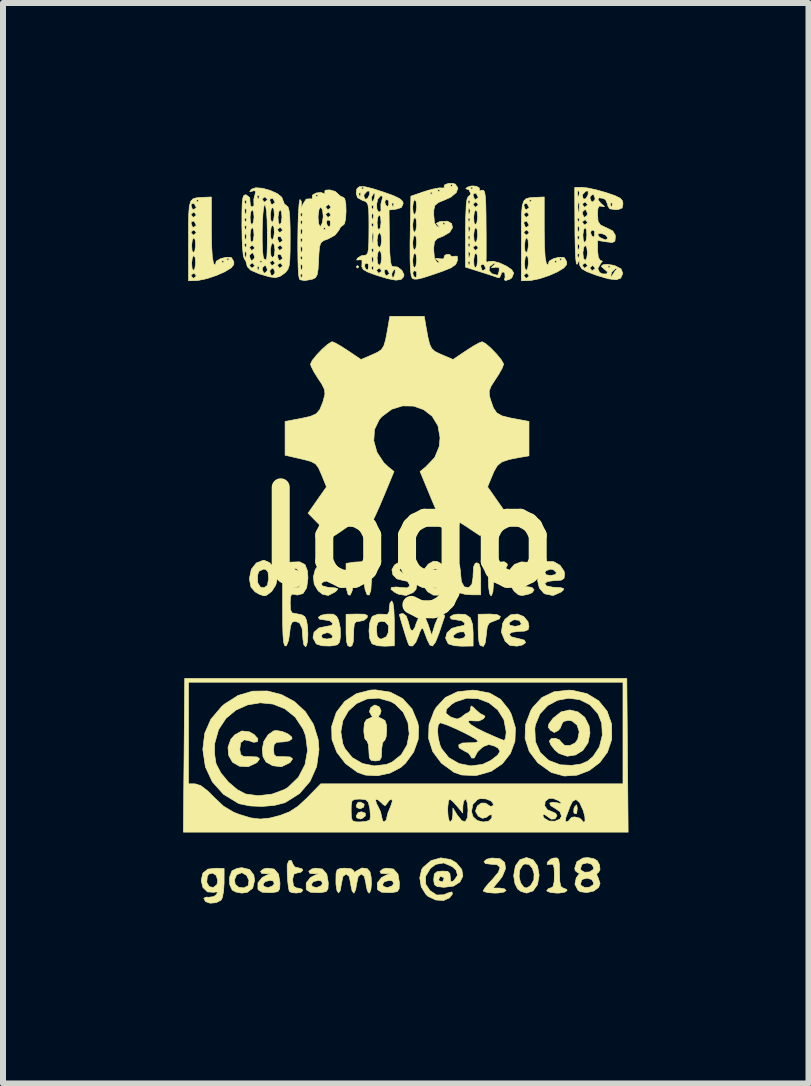
<source format=kicad_pcb>
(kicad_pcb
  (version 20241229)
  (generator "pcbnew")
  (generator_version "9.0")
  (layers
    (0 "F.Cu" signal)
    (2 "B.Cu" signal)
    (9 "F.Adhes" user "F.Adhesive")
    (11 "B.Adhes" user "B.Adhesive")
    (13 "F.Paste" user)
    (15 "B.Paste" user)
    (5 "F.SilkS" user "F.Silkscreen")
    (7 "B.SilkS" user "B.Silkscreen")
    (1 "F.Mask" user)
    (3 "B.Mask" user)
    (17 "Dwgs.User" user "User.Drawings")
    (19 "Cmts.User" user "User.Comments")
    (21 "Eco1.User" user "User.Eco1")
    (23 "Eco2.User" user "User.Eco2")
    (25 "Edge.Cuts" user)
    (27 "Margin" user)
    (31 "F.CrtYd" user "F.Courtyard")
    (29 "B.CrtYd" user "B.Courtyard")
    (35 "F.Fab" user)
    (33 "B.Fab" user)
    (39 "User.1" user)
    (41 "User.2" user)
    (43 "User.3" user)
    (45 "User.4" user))
  (footprint "logo"
    (layer "F.Cu")
    (at 3.732 5.904)
    (property "Reference" "logo" (at 0 0 0) (layer "F.SilkS") (effects (font (size 1.524 1.524) (thickness 0.3))))
    (attr through_hole)
    (fp_poly (pts (xy -0.804 -4.508) (xy -0.826 -4.487) (xy -0.847 -4.508) (xy -0.826 -4.53) (xy -0.804 -4.508)) (stroke (width 0.01) (type solid)) (fill yes) (layer "F.SilkS"))
    (fp_poly (pts (xy -0.713 4.446) (xy -0.723 4.495) (xy -0.781 4.522) (xy -0.837 4.502) (xy -0.847 4.466) (xy -0.816 4.413) (xy -0.773 4.411) (xy -0.713 4.446)) (stroke (width 0.01) (type solid)) (fill yes) (layer "F.SilkS"))
    (fp_poly (pts (xy -0.696 4.594) (xy -0.695 4.642) (xy -0.749 4.684) (xy -0.776 4.692) (xy -0.837 4.673) (xy -0.847 4.639) (xy -0.811 4.584) (xy -0.758 4.572) (xy -0.696 4.594)) (stroke (width 0.01) (type solid)) (fill yes) (layer "F.SilkS"))
    (fp_poly (pts (xy 2.835 4.502) (xy 2.836 4.519) (xy 2.826 4.601) (xy 2.796 4.605) (xy 2.778 4.581) (xy 2.78 4.52) (xy 2.796 4.485) (xy 2.825 4.455) (xy 2.835 4.502)) (stroke (width 0.01) (type solid)) (fill yes) (layer "F.SilkS"))
    (fp_poly (pts (xy -0.711 1.28) (xy -0.662 1.3) (xy -0.663 1.335) (xy -0.719 1.383) (xy -0.788 1.397) (xy -0.848 1.405) (xy -0.878 1.442) (xy -0.888 1.53) (xy -0.889 1.609) (xy -0.896 1.742) (xy -0.919 1.807) (xy -0.953 1.82) (xy -0.988 1.802) (xy -1.008 1.735) (xy -1.016 1.605) (xy -1.016 1.551) (xy -1.016 1.281) (xy -0.827 1.277) (xy -0.711 1.28)) (stroke (width 0.01) (type solid)) (fill yes) (layer "F.SilkS"))
    (fp_poly (pts (xy 1.501 1.287) (xy 1.556 1.318) (xy 1.538 1.358) (xy 1.442 1.396) (xy 1.436 1.398) (xy 1.372 1.425) (xy 1.338 1.483) (xy 1.322 1.598) (xy 1.321 1.621) (xy 1.303 1.758) (xy 1.272 1.817) (xy 1.223 1.801) (xy 1.214 1.792) (xy 1.198 1.737) (xy 1.188 1.626) (xy 1.185 1.522) (xy 1.185 1.281) (xy 1.379 1.277) (xy 1.501 1.287)) (stroke (width 0.01) (type solid)) (fill yes) (layer "F.SilkS"))
    (fp_poly (pts (xy 1.666 0.436) (xy 1.672 0.466) (xy 1.643 0.515) (xy 1.615 0.517) (xy 1.524 0.534) (xy 1.463 0.623) (xy 1.439 0.774) (xy 1.439 0.788) (xy 1.431 0.9) (xy 1.409 0.966) (xy 1.397 0.974) (xy 1.375 0.935) (xy 1.36 0.832) (xy 1.355 0.699) (xy 1.357 0.55) (xy 1.367 0.467) (xy 1.395 0.43) (xy 1.445 0.418) (xy 1.46 0.417) (xy 1.564 0.41) (xy 1.619 0.406) (xy 1.666 0.436)) (stroke (width 0.01) (type solid)) (fill yes) (layer "F.SilkS"))
    (fp_poly (pts (xy -0.652 0.442) (xy -0.607 0.537) (xy -0.593 0.7) (xy -0.593 0.725) (xy -0.603 0.882) (xy -0.63 0.96) (xy -0.665 0.956) (xy -0.698 0.872) (xy -0.72 0.738) (xy -0.743 0.6) (xy -0.78 0.536) (xy -0.804 0.529) (xy -0.849 0.56) (xy -0.879 0.661) (xy -0.889 0.738) (xy -0.915 0.891) (xy -0.948 0.963) (xy -0.981 0.955) (xy -1.006 0.869) (xy -1.016 0.707) (xy -1.016 0.433) (xy -0.878 0.412) (xy -0.739 0.405) (xy -0.652 0.442)) (stroke (width 0.01) (type solid)) (fill yes) (layer "F.SilkS"))
    (fp_poly (pts (xy -2.629 3.239) (xy -2.546 3.286) (xy -2.485 3.355) (xy -2.494 3.405) (xy -2.559 3.414) (xy -2.612 3.394) (xy -2.711 3.372) (xy -2.773 3.422) (xy -2.787 3.533) (xy -2.787 3.539) (xy -2.77 3.619) (xy -2.725 3.651) (xy -2.625 3.653) (xy -2.614 3.653) (xy -2.497 3.658) (xy -2.457 3.69) (xy -2.496 3.746) (xy -2.508 3.756) (xy -2.648 3.821) (xy -2.794 3.812) (xy -2.908 3.746) (xy -2.972 3.633) (xy -2.983 3.498) (xy -2.937 3.366) (xy -2.872 3.291) (xy -2.752 3.225) (xy -2.629 3.239)) (stroke (width 0.01) (type solid)) (fill yes) (layer "F.SilkS"))
    (fp_poly (pts (xy 1.549 5.353) (xy 1.627 5.416) (xy 1.641 5.519) (xy 1.588 5.648) (xy 1.541 5.712) (xy 1.432 5.842) (xy 1.541 5.842) (xy 1.623 5.856) (xy 1.651 5.884) (xy 1.613 5.91) (xy 1.517 5.925) (xy 1.46 5.927) (xy 1.347 5.919) (xy 1.279 5.9) (xy 1.27 5.889) (xy 1.298 5.839) (xy 1.368 5.755) (xy 1.422 5.699) (xy 1.523 5.579) (xy 1.549 5.497) (xy 1.499 5.453) (xy 1.401 5.446) (xy 1.306 5.435) (xy 1.282 5.401) (xy 1.328 5.362) (xy 1.413 5.342) (xy 1.549 5.353)) (stroke (width 0.01) (type solid)) (fill yes) (layer "F.SilkS"))
    (fp_poly (pts (xy -1.905 5.437) (xy -1.905 5.44) (xy -1.87 5.492) (xy -1.82 5.503) (xy -1.752 5.521) (xy -1.736 5.546) (xy -1.771 5.58) (xy -1.82 5.588) (xy -1.882 5.608) (xy -1.904 5.682) (xy -1.905 5.715) (xy -1.892 5.808) (xy -1.842 5.841) (xy -1.82 5.842) (xy -1.752 5.86) (xy -1.736 5.884) (xy -1.77 5.915) (xy -1.847 5.926) (xy -1.926 5.917) (xy -1.962 5.895) (xy -1.976 5.834) (xy -1.989 5.721) (xy -1.996 5.59) (xy -1.997 5.475) (xy -1.996 5.45) (xy -1.969 5.388) (xy -1.928 5.382) (xy -1.905 5.437)) (stroke (width 0.01) (type solid)) (fill yes) (layer "F.SilkS"))
    (fp_poly (pts (xy 2.016 0.416) (xy 2.035 0.425) (xy 2.107 0.48) (xy 2.099 0.52) (xy 2.014 0.536) (xy 1.979 0.535) (xy 1.887 0.538) (xy 1.849 0.574) (xy 1.842 0.668) (xy 1.841 0.677) (xy 1.848 0.776) (xy 1.883 0.815) (xy 1.971 0.82) (xy 1.979 0.819) (xy 2.08 0.833) (xy 2.117 0.873) (xy 2.084 0.921) (xy 2.021 0.947) (xy 1.919 0.969) (xy 1.855 0.956) (xy 1.786 0.896) (xy 1.778 0.889) (xy 1.706 0.761) (xy 1.7 0.604) (xy 1.72 0.529) (xy 1.79 0.45) (xy 1.902 0.408) (xy 2.016 0.416)) (stroke (width 0.01) (type solid)) (fill yes) (layer "F.SilkS"))
    (fp_poly (pts (xy -2.623 5.534) (xy -2.553 5.625) (xy -2.54 5.715) (xy -2.571 5.844) (xy -2.661 5.914) (xy -2.752 5.927) (xy -2.855 5.908) (xy -2.913 5.876) (xy -2.955 5.784) (xy -2.957 5.707) (xy -2.875 5.707) (xy -2.863 5.779) (xy -2.806 5.829) (xy -2.719 5.84) (xy -2.65 5.805) (xy -2.646 5.799) (xy -2.634 5.714) (xy -2.674 5.631) (xy -2.747 5.589) (xy -2.756 5.588) (xy -2.84 5.622) (xy -2.875 5.707) (xy -2.957 5.707) (xy -2.958 5.665) (xy -2.922 5.565) (xy -2.913 5.554) (xy -2.833 5.515) (xy -2.752 5.503) (xy -2.623 5.534)) (stroke (width 0.01) (type solid)) (fill yes) (layer "F.SilkS"))
    (fp_poly (pts (xy -2.079 3.234) (xy -1.983 3.275) (xy -1.922 3.325) (xy -1.916 3.355) (xy -1.966 3.391) (xy -2.064 3.408) (xy -2.078 3.408) (xy -2.176 3.415) (xy -2.215 3.453) (xy -2.223 3.535) (xy -2.216 3.618) (xy -2.179 3.651) (xy -2.088 3.654) (xy -2.064 3.653) (xy -1.947 3.658) (xy -1.907 3.69) (xy -1.945 3.746) (xy -1.958 3.756) (xy -2.091 3.821) (xy -2.234 3.805) (xy -2.242 3.802) (xy -2.349 3.743) (xy -2.4 3.653) (xy -2.412 3.524) (xy -2.385 3.397) (xy -2.314 3.288) (xy -2.222 3.224) (xy -2.183 3.217) (xy -2.079 3.234)) (stroke (width 0.01) (type solid)) (fill yes) (layer "F.SilkS"))
    (fp_poly (pts (xy 1.2 0.442) (xy 1.22 0.509) (xy 1.227 0.64) (xy 1.228 0.69) (xy 1.228 0.957) (xy 1.08 0.957) (xy 0.961 0.947) (xy 0.872 0.923) (xy 0.869 0.921) (xy 0.835 0.866) (xy 0.813 0.763) (xy 0.802 0.641) (xy 0.806 0.525) (xy 0.823 0.444) (xy 0.847 0.423) (xy 0.874 0.461) (xy 0.889 0.553) (xy 0.89 0.582) (xy 0.906 0.739) (xy 0.954 0.825) (xy 1.028 0.835) (xy 1.033 0.833) (xy 1.08 0.783) (xy 1.099 0.669) (xy 1.101 0.615) (xy 1.109 0.489) (xy 1.137 0.431) (xy 1.164 0.423) (xy 1.2 0.442)) (stroke (width 0.01) (type solid)) (fill yes) (layer "F.SilkS"))
    (fp_poly (pts (xy 2.526 5.369) (xy 2.538 5.446) (xy 2.54 5.585) (xy 2.545 5.734) (xy 2.562 5.814) (xy 2.595 5.841) (xy 2.603 5.842) (xy 2.66 5.865) (xy 2.667 5.884) (xy 2.629 5.911) (xy 2.536 5.926) (xy 2.498 5.927) (xy 2.392 5.917) (xy 2.333 5.894) (xy 2.328 5.884) (xy 2.363 5.847) (xy 2.392 5.842) (xy 2.432 5.819) (xy 2.451 5.74) (xy 2.455 5.632) (xy 2.451 5.507) (xy 2.434 5.45) (xy 2.399 5.444) (xy 2.386 5.448) (xy 2.335 5.451) (xy 2.336 5.415) (xy 2.39 5.361) (xy 2.448 5.342) (xy 2.499 5.341) (xy 2.526 5.369)) (stroke (width 0.01) (type solid)) (fill yes) (layer "F.SilkS"))
    (fp_poly (pts (xy 0.508 0.403) (xy 0.572 0.441) (xy 0.65 0.537) (xy 0.681 0.671) (xy 0.662 0.807) (xy 0.6 0.904) (xy 0.515 0.963) (xy 0.438 0.961) (xy 0.348 0.908) (xy 0.271 0.808) (xy 0.248 0.676) (xy 0.248 0.674) (xy 0.339 0.674) (xy 0.364 0.757) (xy 0.421 0.827) (xy 0.466 0.847) (xy 0.514 0.821) (xy 0.542 0.796) (xy 0.586 0.712) (xy 0.581 0.623) (xy 0.538 0.553) (xy 0.471 0.523) (xy 0.402 0.55) (xy 0.348 0.629) (xy 0.339 0.674) (xy 0.248 0.674) (xy 0.276 0.543) (xy 0.356 0.443) (xy 0.36 0.441) (xy 0.443 0.396) (xy 0.508 0.403)) (stroke (width 0.01) (type solid)) (fill yes) (layer "F.SilkS"))
    (fp_poly (pts (xy 2.101 5.372) (xy 2.175 5.476) (xy 2.201 5.63) (xy 2.174 5.786) (xy 2.1 5.89) (xy 1.99 5.927) (xy 1.897 5.898) (xy 1.845 5.86) (xy 1.799 5.773) (xy 1.779 5.651) (xy 1.867 5.651) (xy 1.892 5.756) (xy 1.945 5.828) (xy 1.99 5.842) (xy 2.038 5.816) (xy 2.066 5.791) (xy 2.113 5.705) (xy 2.117 5.605) (xy 2.088 5.513) (xy 2.034 5.45) (xy 1.964 5.44) (xy 1.926 5.461) (xy 1.877 5.543) (xy 1.867 5.651) (xy 1.779 5.651) (xy 1.778 5.646) (xy 1.778 5.63) (xy 1.805 5.475) (xy 1.879 5.371) (xy 1.99 5.334) (xy 2.101 5.372)) (stroke (width 0.01) (type solid)) (fill yes) (layer "F.SilkS"))
    (fp_poly (pts (xy -2.294 0.418) (xy -2.215 0.509) (xy -2.165 0.624) (xy -2.159 0.677) (xy -2.187 0.794) (xy -2.255 0.9) (xy -2.342 0.965) (xy -2.382 0.974) (xy -2.456 0.951) (xy -2.531 0.908) (xy -2.6 0.829) (xy -2.624 0.706) (xy -2.625 0.677) (xy -2.614 0.627) (xy -2.49 0.627) (xy -2.488 0.757) (xy -2.443 0.829) (xy -2.381 0.839) (xy -2.327 0.799) (xy -2.308 0.699) (xy -2.307 0.677) (xy -2.317 0.575) (xy -2.354 0.534) (xy -2.392 0.529) (xy -2.467 0.564) (xy -2.49 0.627) (xy -2.614 0.627) (xy -2.594 0.531) (xy -2.511 0.426) (xy -2.394 0.381) (xy -2.382 0.381) (xy -2.294 0.418)) (stroke (width 0.01) (type solid)) (fill yes) (layer "F.SilkS"))
    (fp_poly (pts (xy -2.214 5.526) (xy -2.141 5.611) (xy -2.117 5.756) (xy -2.122 5.856) (xy -2.152 5.902) (xy -2.233 5.917) (xy -2.287 5.919) (xy -2.414 5.912) (xy -2.477 5.873) (xy -2.485 5.857) (xy -2.484 5.78) (xy -2.399 5.78) (xy -2.382 5.816) (xy -2.314 5.836) (xy -2.239 5.806) (xy -2.212 5.768) (xy -2.231 5.725) (xy -2.28 5.715) (xy -2.365 5.735) (xy -2.399 5.78) (xy -2.484 5.78) (xy -2.484 5.756) (xy -2.414 5.667) (xy -2.324 5.621) (xy -2.261 5.6) (xy -2.275 5.597) (xy -2.341 5.604) (xy -2.424 5.598) (xy -2.441 5.564) (xy -2.394 5.526) (xy -2.333 5.511) (xy -2.214 5.526)) (stroke (width 0.01) (type solid)) (fill yes) (layer "F.SilkS"))
    (fp_poly (pts (xy -1.41 5.526) (xy -1.337 5.611) (xy -1.312 5.756) (xy -1.317 5.856) (xy -1.348 5.902) (xy -1.429 5.917) (xy -1.483 5.919) (xy -1.61 5.912) (xy -1.673 5.873) (xy -1.68 5.857) (xy -1.68 5.78) (xy -1.594 5.78) (xy -1.578 5.816) (xy -1.51 5.836) (xy -1.435 5.806) (xy -1.408 5.768) (xy -1.427 5.725) (xy -1.476 5.715) (xy -1.56 5.735) (xy -1.594 5.78) (xy -1.68 5.78) (xy -1.679 5.756) (xy -1.609 5.667) (xy -1.52 5.621) (xy -1.456 5.6) (xy -1.471 5.597) (xy -1.536 5.604) (xy -1.62 5.598) (xy -1.637 5.564) (xy -1.589 5.526) (xy -1.529 5.511) (xy -1.41 5.526)) (stroke (width 0.01) (type solid)) (fill yes) (layer "F.SilkS"))
    (fp_poly (pts (xy -0.225 5.526) (xy -0.151 5.611) (xy -0.127 5.756) (xy -0.132 5.856) (xy -0.163 5.902) (xy -0.244 5.917) (xy -0.298 5.919) (xy -0.424 5.912) (xy -0.487 5.873) (xy -0.495 5.857) (xy -0.494 5.78) (xy -0.409 5.78) (xy -0.392 5.816) (xy -0.324 5.836) (xy -0.25 5.806) (xy -0.222 5.768) (xy -0.242 5.725) (xy -0.29 5.715) (xy -0.375 5.735) (xy -0.409 5.78) (xy -0.494 5.78) (xy -0.494 5.756) (xy -0.424 5.667) (xy -0.335 5.621) (xy -0.271 5.6) (xy -0.285 5.597) (xy -0.351 5.604) (xy -0.435 5.598) (xy -0.452 5.564) (xy -0.404 5.526) (xy -0.344 5.511) (xy -0.225 5.526)) (stroke (width 0.01) (type solid)) (fill yes) (layer "F.SilkS"))
    (fp_poly (pts (xy 0.066 0.424) (xy 0.141 0.47) (xy 0.143 0.509) (xy 0.081 0.529) (xy -0.007 0.521) (xy -0.097 0.511) (xy -0.123 0.535) (xy -0.119 0.554) (xy -0.066 0.604) (xy 0.025 0.635) (xy 0.124 0.685) (xy 0.168 0.772) (xy 0.149 0.867) (xy 0.102 0.918) (xy -0.016 0.968) (xy -0.146 0.945) (xy -0.202 0.917) (xy -0.269 0.865) (xy -0.259 0.833) (xy -0.178 0.826) (xy -0.102 0.834) (xy -0.002 0.842) (xy 0.038 0.817) (xy 0.042 0.789) (xy 0.007 0.732) (xy -0.055 0.72) (xy -0.168 0.691) (xy -0.236 0.623) (xy -0.252 0.537) (xy -0.207 0.458) (xy -0.148 0.423) (xy 0.004 0.408) (xy 0.066 0.424)) (stroke (width 0.01) (type solid)) (fill yes) (layer "F.SilkS"))
    (fp_poly (pts (xy 0.972 1.283) (xy 1.053 1.338) (xy 1.093 1.453) (xy 1.101 1.587) (xy 1.101 1.81) (xy 0.917 1.813) (xy 0.792 1.805) (xy 0.701 1.779) (xy 0.684 1.768) (xy 0.642 1.679) (xy 0.654 1.636) (xy 0.767 1.636) (xy 0.782 1.675) (xy 0.866 1.693) (xy 0.868 1.693) (xy 0.953 1.671) (xy 0.974 1.63) (xy 0.952 1.575) (xy 0.88 1.575) (xy 0.829 1.592) (xy 0.767 1.636) (xy 0.654 1.636) (xy 0.667 1.588) (xy 0.745 1.515) (xy 0.862 1.482) (xy 0.874 1.482) (xy 0.952 1.465) (xy 0.963 1.429) (xy 0.912 1.389) (xy 0.833 1.376) (xy 0.736 1.36) (xy 0.714 1.326) (xy 0.766 1.292) (xy 0.839 1.278) (xy 0.972 1.283)) (stroke (width 0.01) (type solid)) (fill yes) (layer "F.SilkS"))
    (fp_poly (pts (xy 1.945 1.319) (xy 2.016 1.406) (xy 2.032 1.485) (xy 2.017 1.538) (xy 1.958 1.562) (xy 1.859 1.566) (xy 1.742 1.582) (xy 1.701 1.617) (xy 1.738 1.657) (xy 1.851 1.685) (xy 1.858 1.686) (xy 1.954 1.712) (xy 1.975 1.753) (xy 1.924 1.792) (xy 1.832 1.812) (xy 1.714 1.8) (xy 1.634 1.729) (xy 1.572 1.579) (xy 1.594 1.431) (xy 1.598 1.424) (xy 1.699 1.424) (xy 1.713 1.464) (xy 1.797 1.482) (xy 1.799 1.482) (xy 1.879 1.468) (xy 1.905 1.442) (xy 1.871 1.383) (xy 1.791 1.372) (xy 1.761 1.38) (xy 1.699 1.424) (xy 1.598 1.424) (xy 1.632 1.364) (xy 1.726 1.29) (xy 1.839 1.277) (xy 1.945 1.319)) (stroke (width 0.01) (type solid)) (fill yes) (layer "F.SilkS"))
    (fp_poly (pts (xy -3.048 5.516) (xy -3.048 5.755) (xy -3.057 5.896) (xy -3.078 6.005) (xy -3.099 6.045) (xy -3.18 6.086) (xy -3.282 6.095) (xy -3.358 6.068) (xy -3.358 6.068) (xy -3.386 6.012) (xy -3.343 5.992) (xy -3.31 5.997) (xy -3.22 5.985) (xy -3.18 5.954) (xy -3.152 5.909) (xy -3.192 5.908) (xy -3.215 5.914) (xy -3.325 5.907) (xy -3.402 5.832) (xy -3.422 5.747) (xy -3.337 5.747) (xy -3.297 5.818) (xy -3.228 5.834) (xy -3.167 5.784) (xy -3.154 5.715) (xy -3.18 5.632) (xy -3.239 5.593) (xy -3.301 5.609) (xy -3.328 5.648) (xy -3.337 5.747) (xy -3.422 5.747) (xy -3.429 5.715) (xy -3.402 5.593) (xy -3.318 5.527) (xy -3.184 5.512) (xy -3.048 5.516)) (stroke (width 0.01) (type solid)) (fill yes) (layer "F.SilkS"))
    (fp_poly (pts (xy -1.3 0.404) (xy -1.179 0.475) (xy -1.109 0.586) (xy -1.101 0.643) (xy -1.118 0.693) (xy -1.183 0.716) (xy -1.274 0.72) (xy -1.383 0.735) (xy -1.431 0.77) (xy -1.411 0.808) (xy -1.319 0.831) (xy -1.309 0.832) (xy -1.194 0.842) (xy -1.153 0.857) (xy -1.173 0.887) (xy -1.204 0.912) (xy -1.313 0.968) (xy -1.41 0.947) (xy -1.482 0.889) (xy -1.547 0.78) (xy -1.56 0.655) (xy -1.541 0.582) (xy -1.429 0.582) (xy -1.408 0.623) (xy -1.333 0.635) (xy -1.251 0.619) (xy -1.238 0.582) (xy -1.29 0.537) (xy -1.333 0.529) (xy -1.408 0.554) (xy -1.429 0.582) (xy -1.541 0.582) (xy -1.529 0.535) (xy -1.462 0.442) (xy -1.368 0.398) (xy -1.3 0.404)) (stroke (width 0.01) (type solid)) (fill yes) (layer "F.SilkS"))
    (fp_poly (pts (xy -0.234 1.098) (xy -0.219 1.208) (xy -0.212 1.375) (xy -0.212 1.432) (xy -0.212 1.806) (xy -0.373 1.813) (xy -0.491 1.805) (xy -0.576 1.776) (xy -0.585 1.769) (xy -0.622 1.686) (xy -0.634 1.56) (xy -0.633 1.545) (xy -0.508 1.545) (xy -0.498 1.647) (xy -0.461 1.689) (xy -0.424 1.693) (xy -0.345 1.655) (xy -0.314 1.59) (xy -0.308 1.47) (xy -0.364 1.407) (xy -0.426 1.397) (xy -0.483 1.415) (xy -0.506 1.482) (xy -0.508 1.545) (xy -0.633 1.545) (xy -0.623 1.43) (xy -0.589 1.332) (xy -0.572 1.313) (xy -0.483 1.279) (xy -0.402 1.28) (xy -0.327 1.284) (xy -0.299 1.239) (xy -0.296 1.179) (xy -0.284 1.093) (xy -0.254 1.058) (xy -0.234 1.098)) (stroke (width 0.01) (type solid)) (fill yes) (layer "F.SilkS"))
    (fp_poly (pts (xy 2.443 0.404) (xy 2.549 0.465) (xy 2.616 0.562) (xy 2.625 0.615) (xy 2.616 0.682) (xy 2.572 0.712) (xy 2.472 0.72) (xy 2.452 0.72) (xy 2.338 0.735) (xy 2.294 0.771) (xy 2.323 0.808) (xy 2.428 0.83) (xy 2.438 0.83) (xy 2.562 0.838) (xy 2.612 0.853) (xy 2.6 0.882) (xy 2.564 0.912) (xy 2.434 0.969) (xy 2.301 0.942) (xy 2.279 0.93) (xy 2.205 0.844) (xy 2.175 0.719) (xy 2.188 0.584) (xy 2.189 0.582) (xy 2.297 0.582) (xy 2.317 0.623) (xy 2.392 0.635) (xy 2.474 0.619) (xy 2.487 0.582) (xy 2.435 0.537) (xy 2.392 0.529) (xy 2.318 0.554) (xy 2.297 0.582) (xy 2.189 0.582) (xy 2.241 0.468) (xy 2.328 0.402) (xy 2.443 0.404)) (stroke (width 0.01) (type solid)) (fill yes) (layer "F.SilkS"))
    (fp_poly (pts (xy -1.229 1.279) (xy -1.172 1.317) (xy -1.141 1.381) (xy -1.113 1.507) (xy -1.109 1.647) (xy -1.109 1.648) (xy -1.124 1.745) (xy -1.163 1.79) (xy -1.252 1.807) (xy -1.292 1.81) (xy -1.414 1.806) (xy -1.502 1.78) (xy -1.515 1.77) (xy -1.567 1.673) (xy -1.561 1.64) (xy -1.429 1.64) (xy -1.408 1.682) (xy -1.333 1.693) (xy -1.251 1.677) (xy -1.238 1.64) (xy -1.29 1.596) (xy -1.333 1.587) (xy -1.408 1.612) (xy -1.429 1.64) (xy -1.561 1.64) (xy -1.549 1.58) (xy -1.47 1.509) (xy -1.343 1.482) (xy -1.343 1.482) (xy -1.254 1.467) (xy -1.239 1.429) (xy -1.29 1.389) (xy -1.368 1.376) (xy -1.459 1.362) (xy -1.478 1.331) (xy -1.429 1.297) (xy -1.334 1.278) (xy -1.229 1.279)) (stroke (width 0.01) (type solid)) (fill yes) (layer "F.SilkS"))
    (fp_poly (pts (xy -0.462 2.824) (xy -0.432 2.89) (xy -0.452 2.953) (xy -0.463 2.962) (xy -0.48 2.993) (xy -0.427 3.017) (xy -0.368 3.05) (xy -0.343 3.123) (xy -0.339 3.213) (xy -0.348 3.321) (xy -0.371 3.382) (xy -0.381 3.387) (xy -0.408 3.424) (xy -0.422 3.518) (xy -0.423 3.556) (xy -0.429 3.665) (xy -0.456 3.714) (xy -0.52 3.725) (xy -0.529 3.725) (xy -0.597 3.716) (xy -0.628 3.672) (xy -0.635 3.571) (xy -0.635 3.556) (xy -0.644 3.45) (xy -0.668 3.391) (xy -0.677 3.387) (xy -0.704 3.349) (xy -0.718 3.255) (xy -0.72 3.213) (xy -0.711 3.096) (xy -0.677 3.037) (xy -0.631 3.017) (xy -0.576 2.99) (xy -0.595 2.962) (xy -0.627 2.904) (xy -0.605 2.836) (xy -0.544 2.795) (xy -0.529 2.794) (xy -0.462 2.824)) (stroke (width 0.01) (type solid)) (fill yes) (layer "F.SilkS"))
    (fp_poly (pts (xy 2.848 2.908) (xy 2.961 2.998) (xy 3.033 3.139) (xy 3.048 3.26) (xy 3.015 3.424) (xy 2.929 3.549) (xy 2.808 3.625) (xy 2.669 3.646) (xy 2.532 3.6) (xy 2.463 3.543) (xy 2.398 3.459) (xy 2.371 3.395) (xy 2.371 3.395) (xy 2.402 3.353) (xy 2.471 3.347) (xy 2.54 3.374) (xy 2.567 3.408) (xy 2.625 3.465) (xy 2.714 3.468) (xy 2.801 3.424) (xy 2.844 3.365) (xy 2.869 3.238) (xy 2.833 3.128) (xy 2.75 3.059) (xy 2.689 3.048) (xy 2.606 3.068) (xy 2.582 3.106) (xy 2.552 3.18) (xy 2.517 3.219) (xy 2.453 3.251) (xy 2.39 3.213) (xy 2.387 3.21) (xy 2.352 3.161) (xy 2.363 3.108) (xy 2.425 3.024) (xy 2.435 3.012) (xy 2.567 2.907) (xy 2.711 2.875) (xy 2.848 2.908)) (stroke (width 0.01) (type solid)) (fill yes) (layer "F.SilkS"))
    (fp_poly (pts (xy 0.626 1.298) (xy 0.625 1.323) (xy 0.601 1.391) (xy 0.562 1.509) (xy 0.532 1.598) (xy 0.475 1.744) (xy 0.426 1.809) (xy 0.381 1.794) (xy 0.336 1.704) (xy 0.296 1.596) (xy 0.269 1.524) (xy 0.244 1.513) (xy 0.21 1.583) (xy 0.196 1.626) (xy 0.146 1.748) (xy 0.091 1.811) (xy 0.041 1.805) (xy 0.03 1.791) (xy 0.009 1.739) (xy -0.025 1.635) (xy -0.064 1.509) (xy -0.1 1.389) (xy -0.123 1.305) (xy -0.127 1.283) (xy -0.093 1.271) (xy -0.065 1.27) (xy -0.014 1.309) (xy 0.023 1.411) (xy 0.024 1.418) (xy 0.055 1.531) (xy 0.091 1.559) (xy 0.13 1.502) (xy 0.153 1.432) (xy 0.2 1.319) (xy 0.252 1.29) (xy 0.306 1.345) (xy 0.35 1.448) (xy 0.411 1.63) (xy 0.466 1.45) (xy 0.514 1.336) (xy 0.566 1.275) (xy 0.583 1.27) (xy 0.626 1.298)) (stroke (width 0.01) (type solid)) (fill yes) (layer "F.SilkS"))
    (fp_poly (pts (xy -0.664 5.519) (xy -0.618 5.57) (xy -0.598 5.663) (xy -0.593 5.774) (xy -0.603 5.872) (xy -0.625 5.924) (xy -0.632 5.927) (xy -0.661 5.889) (xy -0.682 5.796) (xy -0.685 5.768) (xy -0.711 5.649) (xy -0.761 5.609) (xy -0.762 5.609) (xy -0.813 5.648) (xy -0.838 5.765) (xy -0.839 5.768) (xy -0.856 5.87) (xy -0.882 5.924) (xy -0.889 5.927) (xy -0.916 5.889) (xy -0.936 5.796) (xy -0.939 5.768) (xy -0.965 5.649) (xy -1.015 5.609) (xy -1.016 5.609) (xy -1.067 5.648) (xy -1.092 5.765) (xy -1.093 5.768) (xy -1.113 5.885) (xy -1.14 5.923) (xy -1.167 5.888) (xy -1.184 5.782) (xy -1.185 5.722) (xy -1.183 5.599) (xy -1.164 5.538) (xy -1.113 5.516) (xy -1.037 5.511) (xy -0.933 5.52) (xy -0.889 5.552) (xy -0.889 5.555) (xy -0.875 5.583) (xy -0.838 5.554) (xy -0.751 5.508) (xy -0.664 5.519)) (stroke (width 0.01) (type solid)) (fill yes) (layer "F.SilkS"))
    (fp_poly (pts (xy -0.28 2.578) (xy -0.074 2.685) (xy 0.082 2.856) (xy 0.177 3.082) (xy 0.193 3.159) (xy 0.186 3.367) (xy 0.11 3.577) (xy -0.024 3.761) (xy -0.104 3.833) (xy -0.284 3.927) (xy -0.49 3.971) (xy -0.693 3.961) (xy -0.826 3.915) (xy -1.026 3.768) (xy -1.171 3.579) (xy -1.251 3.367) (xy -1.254 3.239) (xy -1.103 3.239) (xy -1.07 3.439) (xy -1.035 3.518) (xy -0.913 3.669) (xy -0.741 3.768) (xy -0.544 3.807) (xy -0.342 3.782) (xy -0.25 3.744) (xy -0.096 3.622) (xy -0.000454 3.459) (xy 0.036 3.274) (xy 0.015 3.085) (xy -0.064 2.913) (xy -0.2 2.776) (xy -0.272 2.735) (xy -0.476 2.678) (xy -0.669 2.692) (xy -0.84 2.768) (xy -0.977 2.892) (xy -1.069 3.053) (xy -1.103 3.239) (xy -1.254 3.239) (xy -1.256 3.148) (xy -1.179 2.916) (xy -1.038 2.732) (xy -0.844 2.604) (xy -0.609 2.544) (xy -0.529 2.54) (xy -0.28 2.578)) (stroke (width 0.01) (type solid)) (fill yes) (layer "F.SilkS"))
    (fp_poly (pts (xy 2.753 2.548) (xy 2.997 2.603) (xy 3.193 2.722) (xy 3.333 2.895) (xy 3.409 3.111) (xy 3.411 3.359) (xy 3.41 3.366) (xy 3.34 3.578) (xy 3.209 3.754) (xy 3.035 3.885) (xy 2.832 3.962) (xy 2.619 3.976) (xy 2.411 3.919) (xy 2.392 3.909) (xy 2.179 3.756) (xy 2.036 3.566) (xy 1.967 3.35) (xy 1.972 3.184) (xy 2.129 3.184) (xy 2.139 3.405) (xy 2.22 3.585) (xy 2.361 3.716) (xy 2.554 3.789) (xy 2.744 3.798) (xy 2.899 3.776) (xy 3.009 3.728) (xy 3.1 3.65) (xy 3.205 3.491) (xy 3.254 3.296) (xy 3.244 3.097) (xy 3.182 2.939) (xy 3.045 2.788) (xy 2.875 2.703) (xy 2.691 2.68) (xy 2.508 2.714) (xy 2.344 2.802) (xy 2.215 2.939) (xy 2.139 3.123) (xy 2.129 3.184) (xy 1.972 3.184) (xy 1.974 3.12) (xy 2.061 2.888) (xy 2.095 2.832) (xy 2.247 2.668) (xy 2.446 2.573) (xy 2.694 2.545) (xy 2.753 2.548)) (stroke (width 0.01) (type solid)) (fill yes) (layer "F.SilkS"))
    (fp_poly (pts (xy 3.109 5.352) (xy 3.167 5.385) (xy 3.207 5.456) (xy 3.215 5.535) (xy 3.19 5.584) (xy 3.175 5.588) (xy 3.159 5.617) (xy 3.185 5.673) (xy 3.216 5.766) (xy 3.192 5.832) (xy 3.112 5.892) (xy 2.997 5.918) (xy 2.888 5.904) (xy 2.847 5.878) (xy 2.797 5.777) (xy 2.798 5.774) (xy 2.89 5.774) (xy 2.899 5.798) (xy 2.959 5.833) (xy 3.04 5.828) (xy 3.101 5.789) (xy 3.111 5.758) (xy 3.077 5.701) (xy 3.002 5.677) (xy 2.924 5.697) (xy 2.912 5.707) (xy 2.89 5.774) (xy 2.798 5.774) (xy 2.82 5.671) (xy 2.845 5.639) (xy 2.874 5.597) (xy 2.845 5.588) (xy 2.802 5.553) (xy 2.796 5.52) (xy 2.89 5.52) (xy 2.899 5.544) (xy 2.959 5.579) (xy 3.04 5.574) (xy 3.101 5.535) (xy 3.111 5.504) (xy 3.077 5.447) (xy 3.002 5.423) (xy 2.924 5.443) (xy 2.912 5.453) (xy 2.89 5.52) (xy 2.796 5.52) (xy 2.794 5.512) (xy 2.83 5.404) (xy 2.93 5.343) (xy 3.006 5.334) (xy 3.109 5.352)) (stroke (width 0.01) (type solid)) (fill yes) (layer "F.SilkS"))
    (fp_poly (pts (xy -2.092 2.619) (xy -1.877 2.735) (xy -1.695 2.903) (xy -1.559 3.115) (xy -1.481 3.366) (xy -1.467 3.535) (xy -1.506 3.817) (xy -1.616 4.065) (xy -1.791 4.268) (xy -2.023 4.414) (xy -2.041 4.422) (xy -2.209 4.465) (xy -2.414 4.483) (xy -2.62 4.474) (xy -2.79 4.439) (xy -2.815 4.429) (xy -3.06 4.279) (xy -3.244 4.073) (xy -3.36 3.824) (xy -3.393 3.6) (xy -3.208 3.6) (xy -3.186 3.75) (xy -3.179 3.778) (xy -3.1 3.927) (xy -2.975 4.078) (xy -2.828 4.203) (xy -2.691 4.275) (xy -2.479 4.304) (xy -2.249 4.277) (xy -2.04 4.2) (xy -1.985 4.166) (xy -1.81 3.997) (xy -1.7 3.786) (xy -1.658 3.55) (xy -1.689 3.307) (xy -1.731 3.196) (xy -1.863 2.995) (xy -2.035 2.856) (xy -2.234 2.777) (xy -2.446 2.756) (xy -2.657 2.791) (xy -2.852 2.878) (xy -3.017 3.016) (xy -3.14 3.202) (xy -3.205 3.434) (xy -3.206 3.444) (xy -3.208 3.6) (xy -3.393 3.6) (xy -3.402 3.539) (xy -3.403 3.535) (xy -3.371 3.265) (xy -3.269 3.031) (xy -3.089 2.819) (xy -3.044 2.779) (xy -2.817 2.634) (xy -2.574 2.562) (xy -2.328 2.559) (xy -2.092 2.619)) (stroke (width 0.01) (type solid)) (fill yes) (layer "F.SilkS"))
    (fp_poly (pts (xy -1.7 0.453) (xy -1.658 0.562) (xy -1.651 0.677) (xy -1.672 0.839) (xy -1.734 0.936) (xy -1.829 0.961) (xy -1.881 0.948) (xy -1.924 0.947) (xy -1.943 1) (xy -1.947 1.096) (xy -1.941 1.208) (xy -1.915 1.258) (xy -1.856 1.27) (xy -1.85 1.27) (xy -1.75 1.291) (xy -1.702 1.321) (xy -1.674 1.385) (xy -1.657 1.493) (xy -1.652 1.618) (xy -1.658 1.732) (xy -1.676 1.806) (xy -1.693 1.82) (xy -1.722 1.783) (xy -1.735 1.692) (xy -1.736 1.676) (xy -1.749 1.514) (xy -1.792 1.424) (xy -1.865 1.397) (xy -1.915 1.414) (xy -1.942 1.477) (xy -1.956 1.595) (xy -1.974 1.717) (xy -2.005 1.796) (xy -2.021 1.81) (xy -2.042 1.798) (xy -2.057 1.739) (xy -2.067 1.626) (xy -2.072 1.448) (xy -2.074 1.196) (xy -2.074 1.13) (xy -2.074 0.67) (xy -1.944 0.67) (xy -1.935 0.774) (xy -1.931 0.786) (xy -1.878 0.841) (xy -1.81 0.832) (xy -1.768 0.771) (xy -1.765 0.675) (xy -1.793 0.582) (xy -1.839 0.524) (xy -1.873 0.518) (xy -1.921 0.572) (xy -1.944 0.67) (xy -2.074 0.67) (xy -2.074 0.433) (xy -1.937 0.412) (xy -1.789 0.407) (xy -1.7 0.453)) (stroke (width 0.01) (type solid)) (fill yes) (layer "F.SilkS"))
    (fp_poly (pts (xy 0.726 5.367) (xy 0.82 5.422) (xy 0.912 5.532) (xy 0.93 5.644) (xy 0.881 5.742) (xy 0.775 5.81) (xy 0.618 5.83) (xy 0.612 5.83) (xy 0.504 5.818) (xy 0.456 5.786) (xy 0.445 5.714) (xy 0.445 5.705) (xy 0.526 5.705) (xy 0.531 5.719) (xy 0.583 5.74) (xy 0.596 5.734) (xy 0.617 5.683) (xy 0.612 5.669) (xy 0.56 5.648) (xy 0.547 5.654) (xy 0.526 5.705) (xy 0.445 5.705) (xy 0.445 5.694) (xy 0.455 5.606) (xy 0.502 5.569) (xy 0.582 5.56) (xy 0.677 5.564) (xy 0.714 5.601) (xy 0.72 5.66) (xy 0.727 5.733) (xy 0.759 5.733) (xy 0.783 5.715) (xy 0.842 5.63) (xy 0.816 5.542) (xy 0.753 5.485) (xy 0.61 5.424) (xy 0.477 5.448) (xy 0.388 5.517) (xy 0.309 5.648) (xy 0.312 5.779) (xy 0.381 5.884) (xy 0.494 5.959) (xy 0.615 5.954) (xy 0.68 5.925) (xy 0.747 5.906) (xy 0.757 5.94) (xy 0.711 6.003) (xy 0.61 6.05) (xy 0.48 6.042) (xy 0.354 5.983) (xy 0.316 5.95) (xy 0.237 5.823) (xy 0.212 5.672) (xy 0.244 5.534) (xy 0.266 5.5) (xy 0.4 5.385) (xy 0.562 5.34) (xy 0.726 5.367)) (stroke (width 0.01) (type solid)) (fill yes) (layer "F.SilkS"))
    (fp_poly (pts (xy 1.141 2.548) (xy 1.377 2.594) (xy 1.557 2.697) (xy 1.696 2.869) (xy 1.737 2.946) (xy 1.806 3.173) (xy 1.798 3.396) (xy 1.723 3.6) (xy 1.588 3.772) (xy 1.401 3.898) (xy 1.172 3.963) (xy 1.129 3.968) (xy 0.911 3.959) (xy 0.783 3.915) (xy 0.571 3.76) (xy 0.428 3.568) (xy 0.359 3.35) (xy 0.363 3.218) (xy 0.509 3.218) (xy 0.519 3.337) (xy 0.548 3.457) (xy 0.574 3.518) (xy 0.696 3.67) (xy 0.866 3.768) (xy 1.061 3.807) (xy 1.258 3.782) (xy 1.398 3.715) (xy 1.511 3.627) (xy 1.549 3.562) (xy 1.514 3.509) (xy 1.459 3.478) (xy 1.364 3.451) (xy 1.279 3.481) (xy 1.248 3.503) (xy 1.174 3.573) (xy 1.144 3.63) (xy 1.119 3.676) (xy 1.075 3.676) (xy 1.058 3.64) (xy 1.023 3.594) (xy 0.949 3.555) (xy 0.867 3.505) (xy 0.861 3.457) (xy 0.923 3.426) (xy 1.031 3.422) (xy 1.131 3.421) (xy 1.183 3.402) (xy 1.185 3.396) (xy 1.15 3.363) (xy 1.058 3.31) (xy 0.933 3.245) (xy 0.796 3.181) (xy 0.67 3.127) (xy 0.577 3.095) (xy 0.55 3.09) (xy 0.519 3.127) (xy 0.509 3.218) (xy 0.363 3.218) (xy 0.366 3.12) (xy 0.437 2.929) (xy 0.648 2.929) (xy 0.721 2.988) (xy 0.744 2.999) (xy 0.835 3.027) (xy 0.901 2.999) (xy 0.916 2.985) (xy 0.985 2.933) (xy 1.019 2.921) (xy 1.053 2.886) (xy 1.058 2.85) (xy 1.067 2.809) (xy 1.103 2.829) (xy 1.145 2.871) (xy 1.221 2.937) (xy 1.277 2.963) (xy 1.299 2.983) (xy 1.275 3.021) (xy 1.198 3.059) (xy 1.122 3.058) (xy 1.034 3.052) (xy 1.018 3.075) (xy 1.067 3.123) (xy 1.175 3.188) (xy 1.302 3.25) (xy 1.444 3.313) (xy 1.557 3.361) (xy 1.616 3.383) (xy 1.619 3.383) (xy 1.64 3.348) (xy 1.651 3.258) (xy 1.651 3.233) (xy 1.614 3.037) (xy 1.512 2.875) (xy 1.364 2.755) (xy 1.186 2.688) (xy 0.995 2.679) (xy 0.808 2.74) (xy 0.745 2.779) (xy 0.657 2.862) (xy 0.648 2.929) (xy 0.437 2.929) (xy 0.453 2.887) (xy 0.486 2.832) (xy 0.639 2.667) (xy 0.84 2.572) (xy 1.089 2.545) (xy 1.141 2.548)) (stroke (width 0.01) (type solid)) (fill yes) (layer "F.SilkS"))
    (fp_poly (pts (xy 0.314 -3.524) (xy 0.347 -3.341) (xy 0.376 -3.221) (xy 0.411 -3.148) (xy 0.462 -3.1) (xy 0.541 -3.061) (xy 0.578 -3.045) (xy 0.767 -2.964) (xy 0.986 -3.112) (xy 1.108 -3.19) (xy 1.205 -3.243) (xy 1.25 -3.26) (xy 1.308 -3.23) (xy 1.395 -3.155) (xy 1.488 -3.059) (xy 1.566 -2.965) (xy 1.607 -2.895) (xy 1.609 -2.885) (xy 1.586 -2.821) (xy 1.528 -2.717) (xy 1.476 -2.638) (xy 1.401 -2.521) (xy 1.369 -2.439) (xy 1.373 -2.359) (xy 1.392 -2.292) (xy 1.439 -2.157) (xy 1.495 -2.075) (xy 1.582 -2.025) (xy 1.723 -1.99) (xy 1.771 -1.981) (xy 2.032 -1.932) (xy 2.032 -1.359) (xy 1.873 -1.332) (xy 1.696 -1.297) (xy 1.58 -1.257) (xy 1.505 -1.196) (xy 1.449 -1.1) (xy 1.425 -1.043) (xy 1.342 -0.842) (xy 1.649 -0.403) (xy 1.452 -0.203) (xy 1.343 -0.103) (xy 1.255 -0.043) (xy 1.209 -0.034) (xy 1.149 -0.074) (xy 1.047 -0.142) (xy 0.987 -0.183) (xy 0.874 -0.253) (xy 0.798 -0.277) (xy 0.732 -0.26) (xy 0.719 -0.253) (xy 0.636 -0.228) (xy 0.592 -0.239) (xy 0.562 -0.292) (xy 0.509 -0.404) (xy 0.441 -0.558) (xy 0.387 -0.687) (xy 0.217 -1.098) (xy 0.311 -1.174) (xy 0.461 -1.331) (xy 0.536 -1.513) (xy 0.55 -1.661) (xy 0.515 -1.86) (xy 0.419 -2.018) (xy 0.278 -2.128) (xy 0.109 -2.188) (xy -0.075 -2.191) (xy -0.256 -2.135) (xy -0.42 -2.012) (xy -0.462 -1.964) (xy -0.542 -1.798) (xy -0.554 -1.609) (xy -0.501 -1.418) (xy -0.387 -1.245) (xy -0.311 -1.174) (xy -0.217 -1.098) (xy -0.387 -0.687) (xy -0.461 -0.513) (xy -0.526 -0.368) (xy -0.573 -0.27) (xy -0.592 -0.239) (xy -0.65 -0.23) (xy -0.72 -0.254) (xy -0.787 -0.277) (xy -0.857 -0.263) (xy -0.957 -0.202) (xy -0.989 -0.18) (xy -1.099 -0.103) (xy -1.184 -0.046) (xy -1.21 -0.03) (xy -1.261 -0.045) (xy -1.349 -0.108) (xy -1.452 -0.203) (xy -1.649 -0.403) (xy -1.496 -0.623) (xy -1.342 -0.842) (xy -1.425 -1.046) (xy -1.474 -1.157) (xy -1.524 -1.224) (xy -1.6 -1.265) (xy -1.728 -1.299) (xy -1.77 -1.309) (xy -2.032 -1.369) (xy -2.032 -1.932) (xy -1.771 -1.981) (xy -1.612 -2.016) (xy -1.513 -2.06) (xy -1.452 -2.132) (xy -1.404 -2.251) (xy -1.392 -2.292) (xy -1.368 -2.388) (xy -1.376 -2.465) (xy -1.421 -2.556) (xy -1.476 -2.638) (xy -1.55 -2.755) (xy -1.598 -2.851) (xy -1.609 -2.888) (xy -1.58 -2.948) (xy -1.508 -3.038) (xy -1.415 -3.135) (xy -1.323 -3.216) (xy -1.256 -3.258) (xy -1.246 -3.26) (xy -1.192 -3.238) (xy -1.092 -3.18) (xy -0.986 -3.112) (xy -0.767 -2.964) (xy -0.578 -3.045) (xy -0.487 -3.087) (xy -0.427 -3.129) (xy -0.387 -3.191) (xy -0.357 -3.292) (xy -0.327 -3.451) (xy -0.314 -3.524) (xy -0.287 -3.683) (xy 0.287 -3.683) (xy 0.314 -3.524)) (stroke (width 0.01) (type solid)) (fill yes) (layer "F.SilkS"))
    (fp_poly (pts (xy -3.26 -5.124) (xy -3.256 -4.857) (xy -3.244 -4.672) (xy -3.225 -4.569) (xy -3.211 -4.547) (xy -3.181 -4.542) (xy -3.19 -4.561) (xy -3.18 -4.593) (xy -3.09 -4.593) (xy -3.069 -4.572) (xy -3.048 -4.593) (xy -3.069 -4.614) (xy -3.09 -4.593) (xy -3.18 -4.593) (xy -3.177 -4.603) (xy -3.121 -4.636) (xy -3.006 -4.636) (xy -2.985 -4.614) (xy -2.963 -4.636) (xy -2.985 -4.657) (xy -3.006 -4.636) (xy -3.121 -4.636) (xy -3.111 -4.642) (xy -3.023 -4.666) (xy -2.943 -4.666) (xy -2.923 -4.658) (xy -2.886 -4.594) (xy -2.886 -4.546) (xy -2.932 -4.49) (xy -3.038 -4.425) (xy -3.18 -4.363) (xy -3.334 -4.312) (xy -3.476 -4.282) (xy -3.524 -4.278) (xy -3.641 -4.276) (xy -3.641 -4.36) (xy -3.598 -4.36) (xy -3.566 -4.319) (xy -3.556 -4.318) (xy -3.515 -4.35) (xy -3.514 -4.36) (xy -3.546 -4.401) (xy -3.556 -4.403) (xy -3.597 -4.37) (xy -3.598 -4.36) (xy -3.641 -4.36) (xy -3.641 -4.572) (xy -3.589 -4.572) (xy -3.582 -4.483) (xy -3.56 -4.445) (xy -3.56 -4.445) (xy -3.535 -4.482) (xy -3.523 -4.571) (xy -3.523 -4.572) (xy -3.53 -4.661) (xy -3.552 -4.699) (xy -3.552 -4.699) (xy -3.577 -4.662) (xy -3.589 -4.573) (xy -3.589 -4.572) (xy -3.641 -4.572) (xy -3.641 -4.868) (xy -3.589 -4.868) (xy -3.582 -4.779) (xy -3.56 -4.741) (xy -3.56 -4.741) (xy -3.535 -4.778) (xy -3.523 -4.867) (xy -3.523 -4.868) (xy -3.53 -4.957) (xy -3.552 -4.995) (xy -3.552 -4.995) (xy -3.577 -4.958) (xy -3.589 -4.87) (xy -3.589 -4.868) (xy -3.641 -4.868) (xy -3.641 -4.95) (xy -3.641 -5.08) (xy -3.598 -5.08) (xy -3.566 -5.039) (xy -3.556 -5.038) (xy -3.515 -5.07) (xy -3.514 -5.08) (xy -3.546 -5.121) (xy -3.556 -5.122) (xy -3.597 -5.09) (xy -3.598 -5.08) (xy -3.641 -5.08) (xy -3.641 -5.209) (xy -3.64 -5.231) (xy -3.598 -5.231) (xy -3.576 -5.173) (xy -3.556 -5.165) (xy -3.515 -5.195) (xy -3.514 -5.205) (xy -3.544 -5.262) (xy -3.556 -5.271) (xy -3.592 -5.261) (xy -3.598 -5.231) (xy -3.64 -5.231) (xy -3.638 -5.376) (xy -3.598 -5.376) (xy -3.566 -5.335) (xy -3.556 -5.334) (xy -3.515 -5.366) (xy -3.514 -5.376) (xy -3.546 -5.417) (xy -3.556 -5.419) (xy -3.597 -5.386) (xy -3.598 -5.376) (xy -3.638 -5.376) (xy -3.637 -5.396) (xy -3.627 -5.522) (xy -3.625 -5.527) (xy -3.598 -5.527) (xy -3.576 -5.469) (xy -3.556 -5.461) (xy -3.515 -5.491) (xy -3.514 -5.501) (xy -3.544 -5.558) (xy -3.556 -5.567) (xy -3.592 -5.557) (xy -3.598 -5.527) (xy -3.625 -5.527) (xy -3.604 -5.6) (xy -3.595 -5.609) (xy -3.514 -5.609) (xy -3.493 -5.588) (xy -3.471 -5.609) (xy -3.493 -5.63) (xy -3.514 -5.609) (xy -3.595 -5.609) (xy -3.565 -5.642) (xy -3.504 -5.659) (xy -3.419 -5.665) (xy -3.376 -5.667) (xy -3.26 -5.672) (xy -3.26 -5.124)) (stroke (width 0.01) (type solid)) (fill yes) (layer "F.SilkS"))
    (fp_poly (pts (xy 2.286 -5.124) (xy 2.29 -4.857) (xy 2.301 -4.672) (xy 2.32 -4.569) (xy 2.335 -4.547) (xy 2.364 -4.542) (xy 2.356 -4.561) (xy 2.366 -4.593) (xy 2.455 -4.593) (xy 2.477 -4.572) (xy 2.498 -4.593) (xy 2.477 -4.614) (xy 2.455 -4.593) (xy 2.366 -4.593) (xy 2.369 -4.603) (xy 2.425 -4.636) (xy 2.54 -4.636) (xy 2.561 -4.614) (xy 2.582 -4.636) (xy 2.561 -4.657) (xy 2.54 -4.636) (xy 2.425 -4.636) (xy 2.435 -4.642) (xy 2.523 -4.666) (xy 2.603 -4.666) (xy 2.623 -4.658) (xy 2.66 -4.594) (xy 2.66 -4.546) (xy 2.613 -4.49) (xy 2.507 -4.425) (xy 2.366 -4.363) (xy 2.212 -4.312) (xy 2.07 -4.282) (xy 2.021 -4.278) (xy 1.905 -4.276) (xy 1.905 -4.36) (xy 1.947 -4.36) (xy 1.98 -4.319) (xy 1.99 -4.318) (xy 2.031 -4.35) (xy 2.032 -4.36) (xy 2 -4.401) (xy 1.99 -4.403) (xy 1.949 -4.37) (xy 1.947 -4.36) (xy 1.905 -4.36) (xy 1.905 -4.572) (xy 1.957 -4.572) (xy 1.964 -4.483) (xy 1.986 -4.445) (xy 1.986 -4.445) (xy 2.01 -4.482) (xy 2.023 -4.571) (xy 2.023 -4.572) (xy 2.016 -4.661) (xy 1.994 -4.699) (xy 1.993 -4.699) (xy 1.969 -4.662) (xy 1.957 -4.573) (xy 1.957 -4.572) (xy 1.905 -4.572) (xy 1.905 -4.868) (xy 1.957 -4.868) (xy 1.964 -4.779) (xy 1.986 -4.741) (xy 1.986 -4.741) (xy 2.01 -4.778) (xy 2.023 -4.867) (xy 2.023 -4.868) (xy 2.016 -4.957) (xy 1.994 -4.995) (xy 1.993 -4.995) (xy 1.969 -4.958) (xy 1.957 -4.87) (xy 1.957 -4.868) (xy 1.905 -4.868) (xy 1.905 -4.95) (xy 1.905 -5.08) (xy 1.947 -5.08) (xy 1.98 -5.039) (xy 1.99 -5.038) (xy 2.031 -5.07) (xy 2.032 -5.08) (xy 2 -5.121) (xy 1.99 -5.122) (xy 1.949 -5.09) (xy 1.947 -5.08) (xy 1.905 -5.08) (xy 1.905 -5.209) (xy 1.905 -5.231) (xy 1.947 -5.231) (xy 1.969 -5.173) (xy 1.99 -5.165) (xy 2.031 -5.195) (xy 2.032 -5.205) (xy 2.001 -5.262) (xy 1.99 -5.271) (xy 1.953 -5.261) (xy 1.947 -5.231) (xy 1.905 -5.231) (xy 1.908 -5.376) (xy 1.947 -5.376) (xy 1.98 -5.335) (xy 1.99 -5.334) (xy 2.031 -5.366) (xy 2.032 -5.376) (xy 2 -5.417) (xy 1.99 -5.419) (xy 1.949 -5.386) (xy 1.947 -5.376) (xy 1.908 -5.376) (xy 1.908 -5.396) (xy 1.919 -5.522) (xy 1.92 -5.527) (xy 1.947 -5.527) (xy 1.969 -5.469) (xy 1.99 -5.461) (xy 2.031 -5.491) (xy 2.032 -5.501) (xy 2.001 -5.558) (xy 1.99 -5.567) (xy 1.953 -5.557) (xy 1.947 -5.527) (xy 1.92 -5.527) (xy 1.942 -5.6) (xy 1.95 -5.609) (xy 2.032 -5.609) (xy 2.053 -5.588) (xy 2.074 -5.609) (xy 2.053 -5.63) (xy 2.032 -5.609) (xy 1.95 -5.609) (xy 1.981 -5.642) (xy 2.041 -5.659) (xy 2.127 -5.665) (xy 2.17 -5.667) (xy 2.286 -5.672) (xy 2.286 -5.124)) (stroke (width 0.01) (type solid)) (fill yes) (layer "F.SilkS"))
    (fp_poly (pts (xy 0.804 -5.885) (xy 0.848 -5.822) (xy 0.822 -5.747) (xy 0.732 -5.671) (xy 0.635 -5.626) (xy 0.52 -5.579) (xy 0.464 -5.531) (xy 0.446 -5.455) (xy 0.445 -5.374) (xy 0.457 -5.241) (xy 0.498 -5.179) (xy 0.508 -5.176) (xy 0.547 -5.17) (xy 0.515 -5.198) (xy 0.492 -5.228) (xy 0.593 -5.228) (xy 0.614 -5.207) (xy 0.635 -5.228) (xy 0.614 -5.249) (xy 0.593 -5.228) (xy 0.492 -5.228) (xy 0.489 -5.233) (xy 0.539 -5.259) (xy 0.551 -5.262) (xy 0.673 -5.269) (xy 0.743 -5.229) (xy 0.757 -5.16) (xy 0.71 -5.083) (xy 0.601 -5.019) (xy 0.593 -5.016) (xy 0.5 -4.978) (xy 0.457 -4.926) (xy 0.445 -4.831) (xy 0.445 -4.783) (xy 0.457 -4.649) (xy 0.497 -4.587) (xy 0.508 -4.583) (xy 0.55 -4.576) (xy 0.523 -4.603) (xy 0.508 -4.615) (xy 0.474 -4.649) (xy 0.51 -4.649) (xy 0.54 -4.643) (xy 0.605 -4.639) (xy 0.614 -4.656) (xy 0.628 -4.698) (xy 0.656 -4.714) (xy 0.711 -4.716) (xy 0.72 -4.699) (xy 0.751 -4.678) (xy 0.787 -4.685) (xy 0.836 -4.686) (xy 0.841 -4.624) (xy 0.84 -4.614) (xy 0.811 -4.548) (xy 0.734 -4.492) (xy 0.593 -4.435) (xy 0.395 -4.367) (xy 0.26 -4.324) (xy 0.175 -4.304) (xy 0.122 -4.303) (xy 0.089 -4.315) (xy 0.069 -4.36) (xy 0.064 -4.401) (xy 0.095 -4.401) (xy 0.109 -4.355) (xy 0.142 -4.323) (xy 0.16 -4.354) (xy 0.161 -4.421) (xy 0.153 -4.434) (xy 0.112 -4.443) (xy 0.095 -4.401) (xy 0.064 -4.401) (xy 0.056 -4.468) (xy 0.051 -4.614) (xy 0.094 -4.614) (xy 0.101 -4.525) (xy 0.123 -4.487) (xy 0.123 -4.487) (xy 0.148 -4.524) (xy 0.16 -4.613) (xy 0.16 -4.614) (xy 0.153 -4.703) (xy 0.131 -4.741) (xy 0.131 -4.741) (xy 0.106 -4.704) (xy 0.094 -4.616) (xy 0.094 -4.614) (xy 0.051 -4.614) (xy 0.05 -4.646) (xy 0.05 -4.9) (xy 0.05 -4.911) (xy 0.094 -4.911) (xy 0.101 -4.822) (xy 0.123 -4.784) (xy 0.123 -4.784) (xy 0.148 -4.821) (xy 0.16 -4.909) (xy 0.16 -4.911) (xy 0.153 -5) (xy 0.131 -5.038) (xy 0.131 -5.038) (xy 0.106 -5.001) (xy 0.094 -4.912) (xy 0.094 -4.911) (xy 0.05 -4.911) (xy 0.052 -5.016) (xy 0.055 -5.207) (xy 0.094 -5.207) (xy 0.101 -5.118) (xy 0.123 -5.08) (xy 0.123 -5.08) (xy 0.148 -5.117) (xy 0.16 -5.206) (xy 0.16 -5.207) (xy 0.153 -5.296) (xy 0.131 -5.334) (xy 0.131 -5.334) (xy 0.106 -5.297) (xy 0.094 -5.208) (xy 0.094 -5.207) (xy 0.055 -5.207) (xy 0.06 -5.503) (xy 0.094 -5.503) (xy 0.101 -5.414) (xy 0.123 -5.376) (xy 0.123 -5.376) (xy 0.148 -5.413) (xy 0.16 -5.502) (xy 0.16 -5.503) (xy 0.153 -5.592) (xy 0.131 -5.63) (xy 0.131 -5.63) (xy 0.106 -5.593) (xy 0.094 -5.505) (xy 0.094 -5.503) (xy 0.06 -5.503) (xy 0.064 -5.686) (xy 0.212 -5.736) (xy 0.381 -5.736) (xy 0.402 -5.715) (xy 0.423 -5.736) (xy 0.402 -5.757) (xy 0.381 -5.736) (xy 0.212 -5.736) (xy 0.296 -5.765) (xy 0.343 -5.779) (xy 0.508 -5.779) (xy 0.529 -5.757) (xy 0.55 -5.779) (xy 0.529 -5.8) (xy 0.508 -5.779) (xy 0.343 -5.779) (xy 0.431 -5.804) (xy 0.539 -5.824) (xy 0.584 -5.822) (xy 0.621 -5.822) (xy 0.617 -5.838) (xy 0.624 -5.863) (xy 0.72 -5.863) (xy 0.741 -5.842) (xy 0.762 -5.863) (xy 0.741 -5.884) (xy 0.72 -5.863) (xy 0.624 -5.863) (xy 0.628 -5.875) (xy 0.689 -5.898) (xy 0.765 -5.899) (xy 0.804 -5.885)) (stroke (width 0.01) (type solid)) (fill yes) (layer "F.SilkS"))
    (fp_poly (pts (xy 3.684 4.911) (xy -3.727 4.911) (xy -3.715 3.63) (xy -3.705 2.413) (xy -3.641 2.413) (xy -3.641 4.106) (xy -3.532 4.106) (xy -3.438 4.135) (xy -3.32 4.225) (xy -3.225 4.321) (xy -3.057 4.479) (xy -2.884 4.581) (xy -2.794 4.616) (xy -2.602 4.674) (xy -2.445 4.693) (xy -2.284 4.676) (xy -2.114 4.632) (xy -1.956 4.571) (xy -1.925 4.551) (xy -0.931 4.551) (xy -0.928 4.668) (xy -0.907 4.723) (xy -0.85 4.74) (xy -0.786 4.741) (xy -0.682 4.732) (xy -0.621 4.709) (xy -0.618 4.706) (xy -0.61 4.644) (xy -0.618 4.537) (xy -0.621 4.515) (xy -0.645 4.413) (xy -0.688 4.371) (xy -0.525 4.371) (xy -0.51 4.434) (xy -0.492 4.465) (xy -0.441 4.571) (xy -0.423 4.655) (xy -0.406 4.725) (xy -0.381 4.741) (xy -0.344 4.707) (xy -0.339 4.676) (xy -0.32 4.594) (xy -0.302 4.551) (xy 0.677 4.551) (xy 0.686 4.664) (xy 0.707 4.733) (xy 0.72 4.741) (xy 0.751 4.705) (xy 0.763 4.625) (xy 0.764 4.508) (xy 0.836 4.625) (xy 0.913 4.721) (xy 0.971 4.736) (xy 1.006 4.67) (xy 1.014 4.569) (xy 1.074 4.569) (xy 1.1 4.655) (xy 1.169 4.717) (xy 1.268 4.742) (xy 1.361 4.727) (xy 1.412 4.678) (xy 1.414 4.639) (xy 2.262 4.639) (xy 2.288 4.68) (xy 2.367 4.726) (xy 2.465 4.729) (xy 2.466 4.729) (xy 2.64 4.729) (xy 2.662 4.741) (xy 2.707 4.712) (xy 2.709 4.699) (xy 2.745 4.664) (xy 2.792 4.657) (xy 2.873 4.676) (xy 2.9 4.699) (xy 2.944 4.748) (xy 2.966 4.728) (xy 2.963 4.653) (xy 2.936 4.551) (xy 2.875 4.418) (xy 2.815 4.367) (xy 2.758 4.398) (xy 2.718 4.477) (xy 2.676 4.59) (xy 2.646 4.667) (xy 2.64 4.729) (xy 2.466 4.729) (xy 2.547 4.693) (xy 2.574 4.647) (xy 2.549 4.571) (xy 2.48 4.523) (xy 2.393 4.469) (xy 2.377 4.426) (xy 2.43 4.412) (xy 2.487 4.42) (xy 2.564 4.434) (xy 2.567 4.42) (xy 2.527 4.387) (xy 2.431 4.348) (xy 2.366 4.349) (xy 2.302 4.397) (xy 2.294 4.471) (xy 2.338 4.538) (xy 2.402 4.564) (xy 2.477 4.598) (xy 2.498 4.638) (xy 2.467 4.689) (xy 2.403 4.695) (xy 2.349 4.657) (xy 2.291 4.616) (xy 2.278 4.614) (xy 2.262 4.639) (xy 1.414 4.639) (xy 1.415 4.622) (xy 1.372 4.625) (xy 1.323 4.663) (xy 1.257 4.681) (xy 1.187 4.644) (xy 1.145 4.572) (xy 1.143 4.551) (xy 1.172 4.474) (xy 1.239 4.426) (xy 1.308 4.428) (xy 1.323 4.438) (xy 1.392 4.484) (xy 1.435 4.468) (xy 1.439 4.444) (xy 1.403 4.393) (xy 1.319 4.358) (xy 1.224 4.352) (xy 1.178 4.365) (xy 1.096 4.45) (xy 1.074 4.569) (xy 1.014 4.569) (xy 1.016 4.551) (xy 1.008 4.437) (xy 0.986 4.369) (xy 0.974 4.36) (xy 0.942 4.397) (xy 0.93 4.477) (xy 0.928 4.593) (xy 0.833 4.477) (xy 0.762 4.399) (xy 0.712 4.361) (xy 0.707 4.36) (xy 0.69 4.398) (xy 0.679 4.494) (xy 0.677 4.551) (xy -0.302 4.551) (xy -0.275 4.487) (xy -0.274 4.485) (xy -0.245 4.398) (xy -0.257 4.359) (xy -0.299 4.382) (xy -0.329 4.427) (xy -0.365 4.471) (xy -0.405 4.445) (xy -0.421 4.427) (xy -0.49 4.366) (xy -0.525 4.371) (xy -0.688 4.371) (xy -0.69 4.369) (xy -0.783 4.36) (xy -0.789 4.36) (xy -0.876 4.365) (xy -0.918 4.393) (xy -0.93 4.469) (xy -0.931 4.551) (xy -1.925 4.551) (xy -1.816 4.479) (xy -1.662 4.337) (xy -1.661 4.335) (xy -1.438 4.106) (xy 3.598 4.106) (xy 3.598 2.413) (xy -3.641 2.413) (xy -3.705 2.413) (xy -3.704 2.349) (xy 3.662 2.349) (xy 3.684 4.911)) (stroke (width 0.01) (type solid)) (fill yes) (layer "F.SilkS"))
    (fp_poly (pts (xy -1.197 -5.765) (xy -1.155 -5.727) (xy -1.099 -5.677) (xy -1.075 -5.673) (xy -1.039 -5.647) (xy -1.02 -5.56) (xy -1.016 -5.44) (xy -1.023 -5.309) (xy -1.042 -5.225) (xy -1.06 -5.207) (xy -1.107 -5.172) (xy -1.138 -5.114) (xy -1.201 -5.036) (xy -1.31 -4.975) (xy -1.316 -4.973) (xy -1.391 -4.945) (xy -1.435 -4.909) (xy -1.458 -4.843) (xy -1.468 -4.728) (xy -1.473 -4.626) (xy -1.482 -4.468) (xy -1.498 -4.374) (xy -1.527 -4.326) (xy -1.575 -4.303) (xy -1.579 -4.302) (xy -1.705 -4.278) (xy -1.778 -4.292) (xy -1.792 -4.304) (xy -1.804 -4.356) (xy -1.804 -4.36) (xy -1.778 -4.36) (xy -1.763 -4.325) (xy -1.75 -4.332) (xy -1.745 -4.382) (xy -1.75 -4.389) (xy -1.775 -4.383) (xy -1.778 -4.36) (xy -1.804 -4.36) (xy -1.813 -4.471) (xy -1.814 -4.512) (xy -1.775 -4.512) (xy -1.767 -4.457) (xy -1.752 -4.456) (xy -1.742 -4.513) (xy -1.749 -4.538) (xy -1.768 -4.554) (xy -1.775 -4.512) (xy -1.814 -4.512) (xy -1.818 -4.634) (xy -1.818 -4.657) (xy -1.778 -4.657) (xy -1.763 -4.622) (xy -1.75 -4.628) (xy -1.745 -4.679) (xy -1.75 -4.685) (xy -1.775 -4.679) (xy -1.778 -4.657) (xy -1.818 -4.657) (xy -1.82 -4.808) (xy -1.775 -4.808) (xy -1.767 -4.753) (xy -1.752 -4.753) (xy -1.742 -4.809) (xy -1.749 -4.834) (xy -1.768 -4.85) (xy -1.775 -4.808) (xy -1.82 -4.808) (xy -1.82 -4.827) (xy -1.82 -4.953) (xy -1.778 -4.953) (xy -1.763 -4.918) (xy -1.75 -4.925) (xy -1.745 -4.975) (xy -1.75 -4.981) (xy -1.775 -4.975) (xy -1.778 -4.953) (xy -1.82 -4.953) (xy -1.819 -5.031) (xy -1.818 -5.105) (xy -1.775 -5.105) (xy -1.767 -5.05) (xy -1.752 -5.049) (xy -1.742 -5.106) (xy -1.749 -5.13) (xy -1.765 -5.144) (xy -1.397 -5.144) (xy -1.376 -5.122) (xy -1.355 -5.144) (xy -1.376 -5.165) (xy -1.397 -5.144) (xy -1.765 -5.144) (xy -1.768 -5.146) (xy -1.775 -5.105) (xy -1.818 -5.105) (xy -1.816 -5.23) (xy -1.815 -5.249) (xy -1.778 -5.249) (xy -1.763 -5.214) (xy -1.75 -5.221) (xy -1.745 -5.271) (xy -1.75 -5.278) (xy -1.775 -5.272) (xy -1.778 -5.249) (xy -1.815 -5.249) (xy -1.812 -5.332) (xy -1.482 -5.332) (xy -1.473 -5.224) (xy -1.449 -5.183) (xy -1.439 -5.186) (xy -1.411 -5.242) (xy -1.41 -5.248) (xy -1.344 -5.248) (xy -1.33 -5.201) (xy -1.298 -5.169) (xy -1.279 -5.201) (xy -1.279 -5.267) (xy -1.287 -5.28) (xy -1.327 -5.29) (xy -1.344 -5.248) (xy -1.41 -5.248) (xy -1.397 -5.345) (xy -1.397 -5.358) (xy -1.399 -5.376) (xy -1.355 -5.376) (xy -1.322 -5.335) (xy -1.312 -5.334) (xy -1.271 -5.366) (xy -1.27 -5.376) (xy -1.302 -5.417) (xy -1.312 -5.419) (xy -1.353 -5.386) (xy -1.355 -5.376) (xy -1.399 -5.376) (xy -1.408 -5.455) (xy -1.434 -5.502) (xy -1.439 -5.503) (xy -1.355 -5.503) (xy -1.322 -5.462) (xy -1.312 -5.461) (xy -1.271 -5.493) (xy -1.27 -5.503) (xy -1.302 -5.544) (xy -1.312 -5.546) (xy -1.353 -5.513) (xy -1.355 -5.503) (xy -1.439 -5.503) (xy -1.466 -5.466) (xy -1.48 -5.372) (xy -1.482 -5.332) (xy -1.812 -5.332) (xy -1.81 -5.376) (xy -1.778 -5.376) (xy -1.763 -5.341) (xy -1.75 -5.348) (xy -1.745 -5.398) (xy -1.75 -5.405) (xy -1.775 -5.399) (xy -1.778 -5.376) (xy -1.81 -5.376) (xy -1.809 -5.405) (xy -1.8 -5.541) (xy -1.789 -5.619) (xy -1.782 -5.63) (xy -1.759 -5.595) (xy -1.761 -5.535) (xy -1.767 -5.485) (xy -1.751 -5.512) (xy -1.733 -5.554) (xy -1.681 -5.636) (xy -1.62 -5.642) (xy -1.575 -5.638) (xy -1.581 -5.662) (xy -1.575 -5.694) (xy -1.524 -5.694) (xy -1.503 -5.673) (xy -1.482 -5.694) (xy -1.503 -5.715) (xy -1.524 -5.694) (xy -1.575 -5.694) (xy -1.573 -5.706) (xy -1.513 -5.739) (xy -1.436 -5.747) (xy -1.391 -5.732) (xy -1.361 -5.727) (xy -1.372 -5.751) (xy -1.364 -5.785) (xy -1.288 -5.79) (xy -1.197 -5.765)) (stroke (width 0.01) (type solid)) (fill yes) (layer "F.SilkS"))
    (fp_poly (pts (xy 1.157 -5.85) (xy 1.204 -5.822) (xy 1.204 -5.795) (xy 1.214 -5.776) (xy 1.247 -5.784) (xy 1.273 -5.784) (xy 1.292 -5.755) (xy 1.304 -5.684) (xy 1.312 -5.559) (xy 1.316 -5.368) (xy 1.317 -5.222) (xy 1.319 -5.007) (xy 1.319 -4.821) (xy 1.319 -4.683) (xy 1.317 -4.608) (xy 1.316 -4.601) (xy 1.337 -4.586) (xy 1.357 -4.595) (xy 1.432 -4.602) (xy 1.541 -4.573) (xy 1.655 -4.521) (xy 1.744 -4.46) (xy 1.778 -4.404) (xy 1.746 -4.326) (xy 1.711 -4.301) (xy 1.637 -4.278) (xy 1.622 -4.298) (xy 1.634 -4.335) (xy 1.629 -4.403) (xy 1.612 -4.422) (xy 1.574 -4.414) (xy 1.566 -4.379) (xy 1.542 -4.329) (xy 1.513 -4.329) (xy 1.446 -4.352) (xy 1.328 -4.391) (xy 1.217 -4.426) (xy 0.974 -4.503) (xy 0.974 -4.572) (xy 1.016 -4.572) (xy 1.031 -4.537) (xy 1.044 -4.544) (xy 1.049 -4.594) (xy 1.044 -4.6) (xy 1.019 -4.594) (xy 1.016 -4.572) (xy 0.974 -4.572) (xy 0.974 -4.614) (xy 1.11 -4.614) (xy 1.117 -4.525) (xy 1.139 -4.487) (xy 1.139 -4.487) (xy 1.155 -4.511) (xy 1.228 -4.511) (xy 1.25 -4.453) (xy 1.27 -4.445) (xy 1.271 -4.446) (xy 1.367 -4.446) (xy 1.414 -4.394) (xy 1.426 -4.39) (xy 1.493 -4.371) (xy 1.508 -4.365) (xy 1.522 -4.395) (xy 1.535 -4.44) (xy 1.535 -4.497) (xy 1.477 -4.502) (xy 1.466 -4.499) (xy 1.407 -4.491) (xy 1.422 -4.515) (xy 1.439 -4.529) (xy 1.481 -4.566) (xy 1.454 -4.565) (xy 1.439 -4.561) (xy 1.377 -4.514) (xy 1.367 -4.446) (xy 1.271 -4.446) (xy 1.311 -4.475) (xy 1.312 -4.485) (xy 1.282 -4.542) (xy 1.27 -4.551) (xy 1.234 -4.541) (xy 1.228 -4.511) (xy 1.155 -4.511) (xy 1.164 -4.524) (xy 1.176 -4.613) (xy 1.176 -4.614) (xy 1.169 -4.703) (xy 1.147 -4.741) (xy 1.147 -4.741) (xy 1.122 -4.704) (xy 1.11 -4.616) (xy 1.11 -4.614) (xy 0.974 -4.614) (xy 0.974 -4.724) (xy 1.019 -4.724) (xy 1.027 -4.669) (xy 1.042 -4.668) (xy 1.052 -4.725) (xy 1.045 -4.749) (xy 1.026 -4.765) (xy 1.019 -4.724) (xy 0.974 -4.724) (xy 0.974 -4.826) (xy 1.101 -4.826) (xy 1.133 -4.785) (xy 1.143 -4.784) (xy 1.184 -4.816) (xy 1.185 -4.826) (xy 1.153 -4.867) (xy 1.143 -4.868) (xy 1.102 -4.836) (xy 1.101 -4.826) (xy 0.974 -4.826) (xy 0.974 -4.868) (xy 1.016 -4.868) (xy 1.031 -4.833) (xy 1.044 -4.84) (xy 1.049 -4.89) (xy 1.044 -4.897) (xy 1.019 -4.891) (xy 1.016 -4.868) (xy 0.974 -4.868) (xy 0.974 -4.995) (xy 1.016 -4.995) (xy 1.031 -4.96) (xy 1.044 -4.967) (xy 1.049 -5.017) (xy 1.044 -5.024) (xy 1.019 -5.018) (xy 1.016 -4.995) (xy 0.974 -4.995) (xy 0.974 -5.038) (xy 1.11 -5.038) (xy 1.117 -4.949) (xy 1.139 -4.911) (xy 1.139 -4.911) (xy 1.164 -4.948) (xy 1.176 -5.036) (xy 1.176 -5.038) (xy 1.169 -5.127) (xy 1.147 -5.165) (xy 1.147 -5.165) (xy 1.122 -5.128) (xy 1.11 -5.039) (xy 1.11 -5.038) (xy 0.974 -5.038) (xy 0.974 -5.088) (xy 0.974 -5.147) (xy 1.019 -5.147) (xy 1.027 -5.092) (xy 1.042 -5.091) (xy 1.052 -5.148) (xy 1.045 -5.173) (xy 1.026 -5.189) (xy 1.019 -5.147) (xy 0.974 -5.147) (xy 0.976 -5.292) (xy 1.016 -5.292) (xy 1.031 -5.257) (xy 1.044 -5.263) (xy 1.049 -5.314) (xy 1.044 -5.32) (xy 1.019 -5.314) (xy 1.016 -5.292) (xy 0.976 -5.292) (xy 0.977 -5.333) (xy 0.977 -5.334) (xy 1.11 -5.334) (xy 1.117 -5.245) (xy 1.139 -5.207) (xy 1.139 -5.207) (xy 1.164 -5.244) (xy 1.176 -5.333) (xy 1.176 -5.334) (xy 1.169 -5.423) (xy 1.147 -5.461) (xy 1.147 -5.461) (xy 1.122 -5.424) (xy 1.11 -5.335) (xy 1.11 -5.334) (xy 0.977 -5.334) (xy 0.982 -5.443) (xy 1.019 -5.443) (xy 1.027 -5.388) (xy 1.042 -5.388) (xy 1.052 -5.444) (xy 1.045 -5.469) (xy 1.026 -5.485) (xy 1.019 -5.443) (xy 0.982 -5.443) (xy 0.985 -5.517) (xy 0.988 -5.546) (xy 1.101 -5.546) (xy 1.133 -5.505) (xy 1.143 -5.503) (xy 1.184 -5.536) (xy 1.185 -5.546) (xy 1.153 -5.587) (xy 1.143 -5.588) (xy 1.102 -5.556) (xy 1.101 -5.546) (xy 0.988 -5.546) (xy 0.993 -5.588) (xy 1.016 -5.588) (xy 1.031 -5.553) (xy 1.044 -5.56) (xy 1.049 -5.61) (xy 1.044 -5.616) (xy 1.019 -5.61) (xy 1.016 -5.588) (xy 0.993 -5.588) (xy 0.999 -5.633) (xy 1.016 -5.673) (xy 1.042 -5.696) (xy 1.101 -5.696) (xy 1.123 -5.638) (xy 1.143 -5.63) (xy 1.184 -5.661) (xy 1.185 -5.67) (xy 1.155 -5.728) (xy 1.143 -5.736) (xy 1.107 -5.727) (xy 1.101 -5.696) (xy 1.042 -5.696) (xy 1.054 -5.707) (xy 1.058 -5.736) (xy 1.03 -5.793) (xy 1.005 -5.8) (xy 0.978 -5.811) (xy 0.99 -5.821) (xy 1.058 -5.821) (xy 1.079 -5.8) (xy 1.101 -5.821) (xy 1.079 -5.842) (xy 1.058 -5.821) (xy 0.99 -5.821) (xy 1.01 -5.837) (xy 1.081 -5.857) (xy 1.157 -5.85)) (stroke (width 0.01) (type solid)) (fill yes) (layer "F.SilkS"))
    (fp_poly (pts (xy -0.575 -5.812) (xy -0.402 -5.757) (xy -0.228 -5.695) (xy -0.123 -5.645) (xy -0.073 -5.599) (xy -0.064 -5.563) (xy -0.094 -5.496) (xy -0.182 -5.469) (xy -0.3 -5.455) (xy -0.294 -4.974) (xy -0.288 -4.751) (xy -0.277 -4.605) (xy -0.26 -4.528) (xy -0.237 -4.513) (xy -0.159 -4.506) (xy -0.087 -4.451) (xy -0.051 -4.377) (xy -0.055 -4.345) (xy -0.099 -4.297) (xy -0.186 -4.286) (xy -0.327 -4.312) (xy -0.522 -4.372) (xy -0.659 -4.423) (xy -0.696 -4.445) (xy -0.508 -4.445) (xy -0.476 -4.404) (xy -0.466 -4.403) (xy -0.435 -4.426) (xy -0.381 -4.426) (xy -0.359 -4.368) (xy -0.339 -4.36) (xy -0.313 -4.379) (xy -0.254 -4.379) (xy -0.244 -4.322) (xy -0.22 -4.343) (xy -0.199 -4.403) (xy -0.197 -4.46) (xy -0.216 -4.464) (xy -0.251 -4.405) (xy -0.254 -4.379) (xy -0.313 -4.379) (xy -0.298 -4.391) (xy -0.296 -4.4) (xy -0.327 -4.458) (xy -0.339 -4.466) (xy -0.375 -4.457) (xy -0.381 -4.426) (xy -0.435 -4.426) (xy -0.425 -4.435) (xy -0.423 -4.445) (xy -0.456 -4.486) (xy -0.466 -4.487) (xy -0.507 -4.455) (xy -0.508 -4.445) (xy -0.696 -4.445) (xy -0.731 -4.465) (xy -0.754 -4.511) (xy -0.753 -4.528) (xy -0.709 -4.528) (xy -0.695 -4.482) (xy -0.663 -4.45) (xy -0.644 -4.481) (xy -0.644 -4.487) (xy -0.593 -4.487) (xy -0.577 -4.452) (xy -0.564 -4.459) (xy -0.559 -4.509) (xy -0.564 -4.516) (xy -0.59 -4.51) (xy -0.593 -4.487) (xy -0.644 -4.487) (xy -0.644 -4.548) (xy -0.652 -4.561) (xy -0.692 -4.57) (xy -0.709 -4.528) (xy -0.753 -4.528) (xy -0.751 -4.553) (xy -0.75 -4.622) (xy -0.793 -4.626) (xy -0.797 -4.624) (xy -0.839 -4.622) (xy -0.833 -4.639) (xy -0.589 -4.639) (xy -0.582 -4.584) (xy -0.567 -4.583) (xy -0.557 -4.64) (xy -0.562 -4.657) (xy -0.499 -4.657) (xy -0.49 -4.568) (xy -0.463 -4.53) (xy -0.463 -4.53) (xy -0.435 -4.566) (xy -0.423 -4.655) (xy -0.423 -4.657) (xy -0.434 -4.746) (xy -0.459 -4.784) (xy -0.459 -4.784) (xy -0.485 -4.747) (xy -0.499 -4.658) (xy -0.499 -4.657) (xy -0.562 -4.657) (xy -0.564 -4.665) (xy -0.583 -4.681) (xy -0.589 -4.639) (xy -0.833 -4.639) (xy -0.83 -4.649) (xy -0.766 -4.691) (xy -0.717 -4.699) (xy -0.68 -4.705) (xy -0.657 -4.734) (xy -0.646 -4.784) (xy -0.593 -4.784) (xy -0.577 -4.749) (xy -0.564 -4.755) (xy -0.559 -4.806) (xy -0.564 -4.812) (xy -0.59 -4.806) (xy -0.593 -4.784) (xy -0.646 -4.784) (xy -0.643 -4.799) (xy -0.637 -4.917) (xy -0.636 -4.995) (xy -0.583 -4.995) (xy -0.578 -4.918) (xy -0.567 -4.909) (xy -0.563 -4.921) (xy -0.562 -4.953) (xy -0.499 -4.953) (xy -0.49 -4.864) (xy -0.463 -4.826) (xy -0.463 -4.826) (xy -0.435 -4.863) (xy -0.423 -4.951) (xy -0.423 -4.953) (xy -0.434 -5.042) (xy -0.459 -5.08) (xy -0.459 -5.08) (xy -0.485 -5.043) (xy -0.499 -4.954) (xy -0.499 -4.953) (xy -0.562 -4.953) (xy -0.557 -5.029) (xy -0.563 -5.069) (xy -0.576 -5.083) (xy -0.582 -5.024) (xy -0.583 -4.995) (xy -0.636 -4.995) (xy -0.635 -5.102) (xy -0.635 -5.143) (xy -0.635 -5.207) (xy -0.593 -5.207) (xy -0.577 -5.172) (xy -0.564 -5.179) (xy -0.559 -5.229) (xy -0.564 -5.235) (xy -0.59 -5.229) (xy -0.593 -5.207) (xy -0.635 -5.207) (xy -0.635 -5.249) (xy -0.499 -5.249) (xy -0.492 -5.16) (xy -0.47 -5.122) (xy -0.469 -5.122) (xy -0.445 -5.159) (xy -0.433 -5.248) (xy -0.433 -5.249) (xy -0.44 -5.338) (xy -0.462 -5.376) (xy -0.462 -5.376) (xy -0.486 -5.339) (xy -0.499 -5.251) (xy -0.499 -5.249) (xy -0.635 -5.249) (xy -0.636 -5.341) (xy -0.636 -5.359) (xy -0.589 -5.359) (xy -0.582 -5.304) (xy -0.567 -5.303) (xy -0.557 -5.36) (xy -0.564 -5.384) (xy -0.583 -5.4) (xy -0.589 -5.359) (xy -0.636 -5.359) (xy -0.64 -5.47) (xy -0.646 -5.503) (xy -0.593 -5.503) (xy -0.577 -5.468) (xy -0.564 -5.475) (xy -0.559 -5.525) (xy -0.564 -5.532) (xy -0.59 -5.526) (xy -0.593 -5.503) (xy -0.646 -5.503) (xy -0.652 -5.546) (xy -0.657 -5.554) (xy -0.506 -5.554) (xy -0.502 -5.47) (xy -0.474 -5.421) (xy -0.462 -5.419) (xy -0.431 -5.449) (xy -0.435 -5.472) (xy -0.436 -5.551) (xy -0.427 -5.587) (xy -0.371 -5.587) (xy -0.356 -5.54) (xy -0.324 -5.508) (xy -0.305 -5.54) (xy -0.305 -5.546) (xy -0.254 -5.546) (xy -0.239 -5.511) (xy -0.226 -5.517) (xy -0.221 -5.568) (xy -0.226 -5.574) (xy -0.251 -5.568) (xy -0.254 -5.546) (xy -0.305 -5.546) (xy -0.305 -5.606) (xy -0.313 -5.619) (xy -0.354 -5.629) (xy -0.371 -5.587) (xy -0.427 -5.587) (xy -0.419 -5.618) (xy -0.404 -5.684) (xy -0.436 -5.691) (xy -0.446 -5.687) (xy -0.487 -5.638) (xy -0.506 -5.554) (xy -0.657 -5.554) (xy -0.676 -5.586) (xy -0.713 -5.606) (xy -0.741 -5.613) (xy -0.826 -5.662) (xy -0.841 -5.715) (xy -0.804 -5.715) (xy -0.789 -5.68) (xy -0.776 -5.687) (xy -0.776 -5.689) (xy -0.72 -5.689) (xy -0.7 -5.635) (xy -0.659 -5.645) (xy -0.657 -5.649) (xy -0.593 -5.649) (xy -0.583 -5.592) (xy -0.559 -5.613) (xy -0.538 -5.673) (xy -0.535 -5.73) (xy -0.554 -5.734) (xy -0.59 -5.675) (xy -0.593 -5.649) (xy -0.657 -5.649) (xy -0.624 -5.712) (xy -0.623 -5.771) (xy -0.661 -5.771) (xy -0.714 -5.716) (xy -0.72 -5.689) (xy -0.776 -5.689) (xy -0.771 -5.737) (xy -0.776 -5.743) (xy -0.801 -5.737) (xy -0.804 -5.715) (xy -0.841 -5.715) (xy -0.847 -5.737) (xy -0.836 -5.808) (xy -0.821 -5.821) (xy -0.762 -5.821) (xy -0.741 -5.8) (xy -0.72 -5.821) (xy -0.741 -5.842) (xy -0.762 -5.821) (xy -0.821 -5.821) (xy -0.795 -5.843) (xy -0.712 -5.845) (xy -0.575 -5.812)) (stroke (width 0.01) (type solid)) (fill yes) (layer "F.SilkS"))
    (fp_poly (pts (xy 3.01 -5.822) (xy 3.157 -5.79) (xy 3.313 -5.746) (xy 3.465 -5.694) (xy 3.552 -5.651) (xy 3.591 -5.606) (xy 3.598 -5.559) (xy 3.583 -5.488) (xy 3.52 -5.463) (xy 3.471 -5.461) (xy 3.377 -5.475) (xy 3.345 -5.525) (xy 3.344 -5.541) (xy 3.343 -5.546) (xy 3.387 -5.546) (xy 3.402 -5.511) (xy 3.415 -5.517) (xy 3.42 -5.568) (xy 3.415 -5.574) (xy 3.39 -5.568) (xy 3.387 -5.546) (xy 3.343 -5.546) (xy 3.312 -5.621) (xy 3.275 -5.648) (xy 3.197 -5.659) (xy 3.182 -5.624) (xy 3.235 -5.56) (xy 3.239 -5.558) (xy 3.29 -5.514) (xy 3.273 -5.51) (xy 3.249 -5.517) (xy 3.201 -5.521) (xy 3.179 -5.475) (xy 3.175 -5.378) (xy 3.183 -5.266) (xy 3.223 -5.206) (xy 3.316 -5.161) (xy 3.323 -5.159) (xy 3.428 -5.106) (xy 3.469 -5.037) (xy 3.471 -5.002) (xy 3.463 -4.935) (xy 3.421 -4.913) (xy 3.323 -4.924) (xy 3.175 -4.948) (xy 3.175 -4.781) (xy 3.187 -4.667) (xy 3.219 -4.615) (xy 3.226 -4.614) (xy 3.255 -4.602) (xy 3.226 -4.564) (xy 3.178 -4.48) (xy 3.208 -4.414) (xy 3.26 -4.39) (xy 3.331 -4.39) (xy 3.337 -4.427) (xy 3.276 -4.479) (xy 3.246 -4.508) (xy 3.344 -4.508) (xy 3.365 -4.487) (xy 3.387 -4.508) (xy 3.365 -4.53) (xy 3.344 -4.508) (xy 3.246 -4.508) (xy 3.237 -4.517) (xy 3.263 -4.542) (xy 3.335 -4.55) (xy 3.433 -4.535) (xy 3.472 -4.523) (xy 3.566 -4.474) (xy 3.592 -4.407) (xy 3.59 -4.387) (xy 3.56 -4.32) (xy 3.488 -4.293) (xy 3.363 -4.307) (xy 3.28 -4.331) (xy 3.397 -4.331) (xy 3.415 -4.36) (xy 3.467 -4.439) (xy 3.488 -4.459) (xy 3.504 -4.482) (xy 3.471 -4.476) (xy 3.414 -4.425) (xy 3.398 -4.378) (xy 3.397 -4.331) (xy 3.28 -4.331) (xy 3.175 -4.361) (xy 3.143 -4.372) (xy 2.993 -4.429) (xy 2.91 -4.478) (xy 2.879 -4.53) (xy 2.921 -4.53) (xy 2.953 -4.489) (xy 2.963 -4.487) (xy 3.048 -4.487) (xy 3.08 -4.446) (xy 3.09 -4.445) (xy 3.131 -4.477) (xy 3.133 -4.487) (xy 3.1 -4.528) (xy 3.09 -4.53) (xy 3.049 -4.497) (xy 3.048 -4.487) (xy 2.963 -4.487) (xy 3.004 -4.52) (xy 3.006 -4.53) (xy 2.973 -4.571) (xy 2.963 -4.572) (xy 2.922 -4.54) (xy 2.921 -4.53) (xy 2.879 -4.53) (xy 2.878 -4.531) (xy 2.876 -4.548) (xy 2.871 -4.61) (xy 2.855 -4.593) (xy 2.836 -4.551) (xy 2.822 -4.557) (xy 2.811 -4.642) (xy 2.808 -4.699) (xy 2.836 -4.699) (xy 2.852 -4.664) (xy 2.865 -4.671) (xy 2.87 -4.721) (xy 2.865 -4.727) (xy 2.839 -4.721) (xy 2.836 -4.699) (xy 2.808 -4.699) (xy 2.806 -4.741) (xy 2.93 -4.741) (xy 2.939 -4.652) (xy 2.966 -4.614) (xy 2.966 -4.614) (xy 2.994 -4.651) (xy 3.006 -4.74) (xy 3.006 -4.741) (xy 2.995 -4.831) (xy 2.97 -4.868) (xy 2.97 -4.868) (xy 2.944 -4.831) (xy 2.93 -4.743) (xy 2.93 -4.741) (xy 2.806 -4.741) (xy 2.803 -4.799) (xy 2.802 -4.851) (xy 2.84 -4.851) (xy 2.847 -4.796) (xy 2.862 -4.795) (xy 2.872 -4.852) (xy 2.865 -4.876) (xy 2.846 -4.892) (xy 2.84 -4.851) (xy 2.802 -4.851) (xy 2.799 -4.995) (xy 2.836 -4.995) (xy 2.852 -4.96) (xy 2.865 -4.967) (xy 2.87 -5.017) (xy 2.865 -5.024) (xy 2.839 -5.018) (xy 2.836 -4.995) (xy 2.799 -4.995) (xy 2.798 -5.023) (xy 2.798 -5.038) (xy 2.93 -5.038) (xy 2.937 -4.949) (xy 2.959 -4.911) (xy 2.96 -4.911) (xy 2.984 -4.948) (xy 2.996 -5.036) (xy 2.996 -5.038) (xy 2.993 -5.079) (xy 3.058 -5.079) (xy 3.073 -5.032) (xy 3.105 -5) (xy 3.124 -5.032) (xy 3.124 -5.058) (xy 3.181 -5.058) (xy 3.189 -5.019) (xy 3.219 -4.994) (xy 3.305 -4.956) (xy 3.343 -4.979) (xy 3.344 -4.991) (xy 3.31 -5.036) (xy 3.24 -5.065) (xy 3.182 -5.059) (xy 3.181 -5.058) (xy 3.124 -5.058) (xy 3.124 -5.098) (xy 3.116 -5.111) (xy 3.075 -5.121) (xy 3.058 -5.079) (xy 2.993 -5.079) (xy 2.989 -5.127) (xy 2.967 -5.165) (xy 2.967 -5.165) (xy 2.943 -5.128) (xy 2.93 -5.039) (xy 2.93 -5.038) (xy 2.798 -5.038) (xy 2.797 -5.147) (xy 2.84 -5.147) (xy 2.847 -5.092) (xy 2.862 -5.091) (xy 2.872 -5.148) (xy 2.865 -5.173) (xy 2.846 -5.189) (xy 2.84 -5.147) (xy 2.797 -5.147) (xy 2.797 -5.149) (xy 2.797 -5.249) (xy 2.921 -5.249) (xy 2.953 -5.208) (xy 2.963 -5.207) (xy 3.004 -5.239) (xy 3.006 -5.249) (xy 2.973 -5.29) (xy 2.963 -5.292) (xy 2.922 -5.259) (xy 2.921 -5.249) (xy 2.797 -5.249) (xy 2.796 -5.292) (xy 2.836 -5.292) (xy 2.852 -5.257) (xy 2.865 -5.263) (xy 2.87 -5.314) (xy 2.865 -5.32) (xy 2.839 -5.314) (xy 2.836 -5.292) (xy 2.796 -5.292) (xy 2.796 -5.397) (xy 2.921 -5.397) (xy 2.944 -5.341) (xy 2.963 -5.334) (xy 3.001 -5.368) (xy 3.006 -5.397) (xy 2.983 -5.454) (xy 2.963 -5.461) (xy 2.926 -5.427) (xy 2.921 -5.397) (xy 2.796 -5.397) (xy 2.795 -5.503) (xy 2.846 -5.503) (xy 2.851 -5.426) (xy 2.862 -5.417) (xy 2.866 -5.429) (xy 2.872 -5.537) (xy 2.871 -5.546) (xy 2.921 -5.546) (xy 2.953 -5.505) (xy 2.963 -5.503) (xy 3.004 -5.536) (xy 3.006 -5.546) (xy 2.973 -5.587) (xy 2.963 -5.588) (xy 2.922 -5.556) (xy 2.921 -5.546) (xy 2.871 -5.546) (xy 2.866 -5.577) (xy 2.853 -5.591) (xy 2.847 -5.532) (xy 2.846 -5.503) (xy 2.795 -5.503) (xy 2.794 -5.74) (xy 2.84 -5.74) (xy 2.847 -5.685) (xy 2.862 -5.684) (xy 2.863 -5.689) (xy 2.921 -5.689) (xy 2.94 -5.635) (xy 2.981 -5.645) (xy 2.985 -5.652) (xy 3.048 -5.652) (xy 3.071 -5.595) (xy 3.09 -5.588) (xy 3.128 -5.622) (xy 3.133 -5.652) (xy 3.11 -5.708) (xy 3.09 -5.715) (xy 3.053 -5.681) (xy 3.048 -5.652) (xy 2.985 -5.652) (xy 3.017 -5.712) (xy 3.018 -5.771) (xy 2.98 -5.771) (xy 2.927 -5.716) (xy 2.921 -5.689) (xy 2.863 -5.689) (xy 2.872 -5.741) (xy 2.865 -5.765) (xy 2.846 -5.781) (xy 2.84 -5.74) (xy 2.794 -5.74) (xy 2.794 -5.831) (xy 2.91 -5.833) (xy 3.01 -5.822)) (stroke (width 0.01) (type solid)) (fill yes) (layer "F.SilkS"))
    (fp_poly (pts (xy -2.407 -5.817) (xy -2.279 -5.781) (xy -2.163 -5.729) (xy -2.088 -5.669) (xy -2.074 -5.633) (xy -2.044 -5.555) (xy -2.011 -5.53) (xy -1.983 -5.505) (xy -1.965 -5.444) (xy -1.954 -5.336) (xy -1.948 -5.165) (xy -1.947 -4.993) (xy -1.948 -4.775) (xy -1.953 -4.626) (xy -1.964 -4.528) (xy -1.985 -4.466) (xy -2.017 -4.424) (xy -2.043 -4.4) (xy -2.118 -4.348) (xy -2.194 -4.328) (xy -2.296 -4.342) (xy -2.45 -4.388) (xy -2.466 -4.393) (xy -2.604 -4.452) (xy -2.663 -4.513) (xy -2.666 -4.53) (xy -2.625 -4.53) (xy -2.592 -4.489) (xy -2.582 -4.487) (xy -2.498 -4.487) (xy -2.482 -4.452) (xy -2.469 -4.459) (xy -2.469 -4.466) (xy -2.413 -4.466) (xy -2.39 -4.41) (xy -2.371 -4.403) (xy -2.347 -4.424) (xy -2.286 -4.424) (xy -2.263 -4.367) (xy -2.244 -4.36) (xy -2.206 -4.395) (xy -2.201 -4.424) (xy -2.224 -4.48) (xy -2.244 -4.487) (xy -2.281 -4.453) (xy -2.286 -4.424) (xy -2.347 -4.424) (xy -2.333 -4.437) (xy -2.328 -4.466) (xy -2.351 -4.523) (xy -2.371 -4.53) (xy -2.408 -4.495) (xy -2.413 -4.466) (xy -2.469 -4.466) (xy -2.464 -4.509) (xy -2.469 -4.516) (xy -2.495 -4.51) (xy -2.498 -4.487) (xy -2.582 -4.487) (xy -2.541 -4.52) (xy -2.54 -4.53) (xy -2.572 -4.571) (xy -2.582 -4.572) (xy -2.623 -4.54) (xy -2.625 -4.53) (xy -2.666 -4.53) (xy -2.667 -4.535) (xy -2.683 -4.593) (xy -2.455 -4.593) (xy -2.434 -4.572) (xy -2.286 -4.572) (xy -2.254 -4.531) (xy -2.244 -4.53) (xy -2.159 -4.53) (xy -2.127 -4.489) (xy -2.117 -4.487) (xy -2.076 -4.52) (xy -2.074 -4.53) (xy -2.107 -4.571) (xy -2.117 -4.572) (xy -2.158 -4.54) (xy -2.159 -4.53) (xy -2.244 -4.53) (xy -2.203 -4.562) (xy -2.201 -4.572) (xy -2.234 -4.613) (xy -2.244 -4.614) (xy -2.285 -4.582) (xy -2.286 -4.572) (xy -2.434 -4.572) (xy -2.413 -4.593) (xy -2.434 -4.614) (xy -2.455 -4.593) (xy -2.683 -4.593) (xy -2.688 -4.613) (xy -2.709 -4.636) (xy -2.727 -4.687) (xy -2.731 -4.724) (xy -2.706 -4.724) (xy -2.698 -4.669) (xy -2.684 -4.668) (xy -2.682 -4.678) (xy -2.625 -4.678) (xy -2.602 -4.621) (xy -2.582 -4.614) (xy -2.545 -4.649) (xy -2.54 -4.678) (xy -2.563 -4.734) (xy -2.582 -4.741) (xy -2.62 -4.707) (xy -2.625 -4.678) (xy -2.682 -4.678) (xy -2.674 -4.725) (xy -2.68 -4.749) (xy -2.699 -4.765) (xy -2.706 -4.724) (xy -2.731 -4.724) (xy -2.74 -4.809) (xy -2.741 -4.826) (xy -2.625 -4.826) (xy -2.592 -4.785) (xy -2.582 -4.784) (xy -2.541 -4.816) (xy -2.54 -4.826) (xy -2.572 -4.867) (xy -2.582 -4.868) (xy -2.623 -4.836) (xy -2.625 -4.826) (xy -2.741 -4.826) (xy -2.743 -4.868) (xy -2.709 -4.868) (xy -2.694 -4.833) (xy -2.681 -4.84) (xy -2.676 -4.89) (xy -2.681 -4.897) (xy -2.706 -4.891) (xy -2.709 -4.868) (xy -2.743 -4.868) (xy -2.749 -4.987) (xy -2.749 -5.02) (xy -2.706 -5.02) (xy -2.698 -4.965) (xy -2.684 -4.964) (xy -2.674 -5.021) (xy -2.678 -5.038) (xy -2.615 -5.038) (xy -2.608 -4.949) (xy -2.586 -4.911) (xy -2.586 -4.911) (xy -2.562 -4.948) (xy -2.549 -5.036) (xy -2.549 -5.038) (xy -2.554 -5.094) (xy -2.413 -5.094) (xy -2.413 -4.928) (xy -2.408 -4.783) (xy -2.397 -4.68) (xy -2.385 -4.643) (xy -2.361 -4.624) (xy -2.345 -4.632) (xy -2.335 -4.681) (xy -2.33 -4.783) (xy -2.33 -4.784) (xy -2.277 -4.784) (xy -2.268 -4.695) (xy -2.241 -4.657) (xy -2.241 -4.657) (xy -2.223 -4.68) (xy -2.159 -4.68) (xy -2.137 -4.622) (xy -2.117 -4.614) (xy -2.076 -4.645) (xy -2.074 -4.654) (xy -2.105 -4.712) (xy -2.117 -4.72) (xy -2.153 -4.711) (xy -2.159 -4.68) (xy -2.223 -4.68) (xy -2.213 -4.693) (xy -2.201 -4.782) (xy -2.201 -4.784) (xy -2.206 -4.826) (xy -2.159 -4.826) (xy -2.127 -4.785) (xy -2.117 -4.784) (xy -2.076 -4.816) (xy -2.074 -4.826) (xy -2.107 -4.867) (xy -2.117 -4.868) (xy -2.158 -4.836) (xy -2.159 -4.826) (xy -2.206 -4.826) (xy -2.212 -4.873) (xy -2.237 -4.911) (xy -2.237 -4.911) (xy -2.263 -4.874) (xy -2.277 -4.785) (xy -2.277 -4.784) (xy -2.33 -4.784) (xy -2.328 -4.949) (xy -2.328 -5.08) (xy -2.277 -5.08) (xy -2.27 -4.991) (xy -2.248 -4.953) (xy -2.247 -4.953) (xy -2.232 -4.977) (xy -2.159 -4.977) (xy -2.137 -4.919) (xy -2.117 -4.911) (xy -2.076 -4.941) (xy -2.074 -4.951) (xy -2.105 -5.008) (xy -2.117 -5.016) (xy -2.153 -5.007) (xy -2.159 -4.977) (xy -2.232 -4.977) (xy -2.223 -4.99) (xy -2.211 -5.079) (xy -2.211 -5.08) (xy -2.214 -5.122) (xy -2.159 -5.122) (xy -2.127 -5.081) (xy -2.117 -5.08) (xy -2.076 -5.112) (xy -2.074 -5.122) (xy -2.107 -5.163) (xy -2.117 -5.165) (xy -2.158 -5.132) (xy -2.159 -5.122) (xy -2.214 -5.122) (xy -2.218 -5.169) (xy -2.24 -5.207) (xy -2.24 -5.207) (xy -2.264 -5.17) (xy -2.277 -5.081) (xy -2.277 -5.08) (xy -2.328 -5.08) (xy -2.332 -5.29) (xy -2.338 -5.376) (xy -2.277 -5.376) (xy -2.27 -5.287) (xy -2.248 -5.249) (xy -2.247 -5.249) (xy -2.223 -5.286) (xy -2.216 -5.334) (xy -2.15 -5.334) (xy -2.143 -5.245) (xy -2.121 -5.207) (xy -2.12 -5.207) (xy -2.096 -5.244) (xy -2.084 -5.333) (xy -2.084 -5.334) (xy -2.091 -5.423) (xy -2.113 -5.461) (xy -2.113 -5.461) (xy -2.137 -5.424) (xy -2.15 -5.335) (xy -2.15 -5.334) (xy -2.216 -5.334) (xy -2.211 -5.375) (xy -2.211 -5.376) (xy -2.218 -5.465) (xy -2.24 -5.503) (xy -2.24 -5.503) (xy -2.264 -5.466) (xy -2.277 -5.378) (xy -2.277 -5.376) (xy -2.338 -5.376) (xy -2.342 -5.444) (xy -2.359 -5.53) (xy -2.371 -5.546) (xy -2.387 -5.507) (xy -2.4 -5.405) (xy -2.409 -5.26) (xy -2.413 -5.094) (xy -2.554 -5.094) (xy -2.556 -5.127) (xy -2.578 -5.165) (xy -2.579 -5.165) (xy -2.603 -5.128) (xy -2.615 -5.039) (xy -2.615 -5.038) (xy -2.678 -5.038) (xy -2.68 -5.046) (xy -2.699 -5.062) (xy -2.706 -5.02) (xy -2.749 -5.02) (xy -2.751 -5.165) (xy -2.709 -5.165) (xy -2.694 -5.13) (xy -2.681 -5.136) (xy -2.676 -5.187) (xy -2.681 -5.193) (xy -2.706 -5.187) (xy -2.709 -5.165) (xy -2.751 -5.165) (xy -2.752 -5.191) (xy -2.751 -5.292) (xy -2.709 -5.292) (xy -2.694 -5.257) (xy -2.681 -5.263) (xy -2.676 -5.314) (xy -2.681 -5.32) (xy -2.706 -5.314) (xy -2.709 -5.292) (xy -2.751 -5.292) (xy -2.751 -5.334) (xy -2.615 -5.334) (xy -2.608 -5.245) (xy -2.586 -5.207) (xy -2.586 -5.207) (xy -2.562 -5.244) (xy -2.549 -5.333) (xy -2.549 -5.334) (xy -2.556 -5.423) (xy -2.578 -5.461) (xy -2.579 -5.461) (xy -2.603 -5.424) (xy -2.615 -5.335) (xy -2.615 -5.334) (xy -2.751 -5.334) (xy -2.751 -5.412) (xy -2.75 -5.443) (xy -2.706 -5.443) (xy -2.698 -5.388) (xy -2.684 -5.388) (xy -2.674 -5.444) (xy -2.68 -5.469) (xy -2.699 -5.485) (xy -2.706 -5.443) (xy -2.75 -5.443) (xy -2.747 -5.56) (xy -2.744 -5.588) (xy -2.709 -5.588) (xy -2.694 -5.553) (xy -2.681 -5.56) (xy -2.676 -5.61) (xy -2.681 -5.616) (xy -2.706 -5.61) (xy -2.709 -5.588) (xy -2.744 -5.588) (xy -2.737 -5.65) (xy -2.721 -5.695) (xy -2.696 -5.708) (xy -2.678 -5.706) (xy -2.62 -5.66) (xy -2.617 -5.598) (xy -2.609 -5.524) (xy -2.581 -5.503) (xy -2.548 -5.533) (xy -2.552 -5.556) (xy -2.553 -5.63) (xy -2.413 -5.63) (xy -2.381 -5.589) (xy -2.371 -5.588) (xy -2.34 -5.612) (xy -2.286 -5.612) (xy -2.264 -5.554) (xy -2.244 -5.546) (xy -2.203 -5.576) (xy -2.201 -5.586) (xy -2.232 -5.643) (xy -2.244 -5.652) (xy -2.28 -5.642) (xy -2.286 -5.612) (xy -2.34 -5.612) (xy -2.33 -5.62) (xy -2.328 -5.63) (xy -2.361 -5.671) (xy -2.371 -5.673) (xy -2.412 -5.64) (xy -2.413 -5.63) (xy -2.553 -5.63) (xy -2.553 -5.636) (xy -2.543 -5.673) (xy -2.498 -5.673) (xy -2.482 -5.638) (xy -2.469 -5.644) (xy -2.464 -5.695) (xy -2.469 -5.701) (xy -2.495 -5.695) (xy -2.498 -5.673) (xy -2.543 -5.673) (xy -2.536 -5.702) (xy -2.52 -5.769) (xy -2.554 -5.777) (xy -2.574 -5.77) (xy -2.621 -5.76) (xy -2.598 -5.796) (xy -2.593 -5.801) (xy -2.521 -5.826) (xy -2.407 -5.817)) (stroke (width 0.01) (type solid)) (fill yes) (layer "F.SilkS")))
  (gr_rect
    (start -3 -3)
    (end 10.421 15.003)
    (stroke (width 0.1) (type default))
    (fill no)
    (layer "Edge.Cuts")))
</source>
